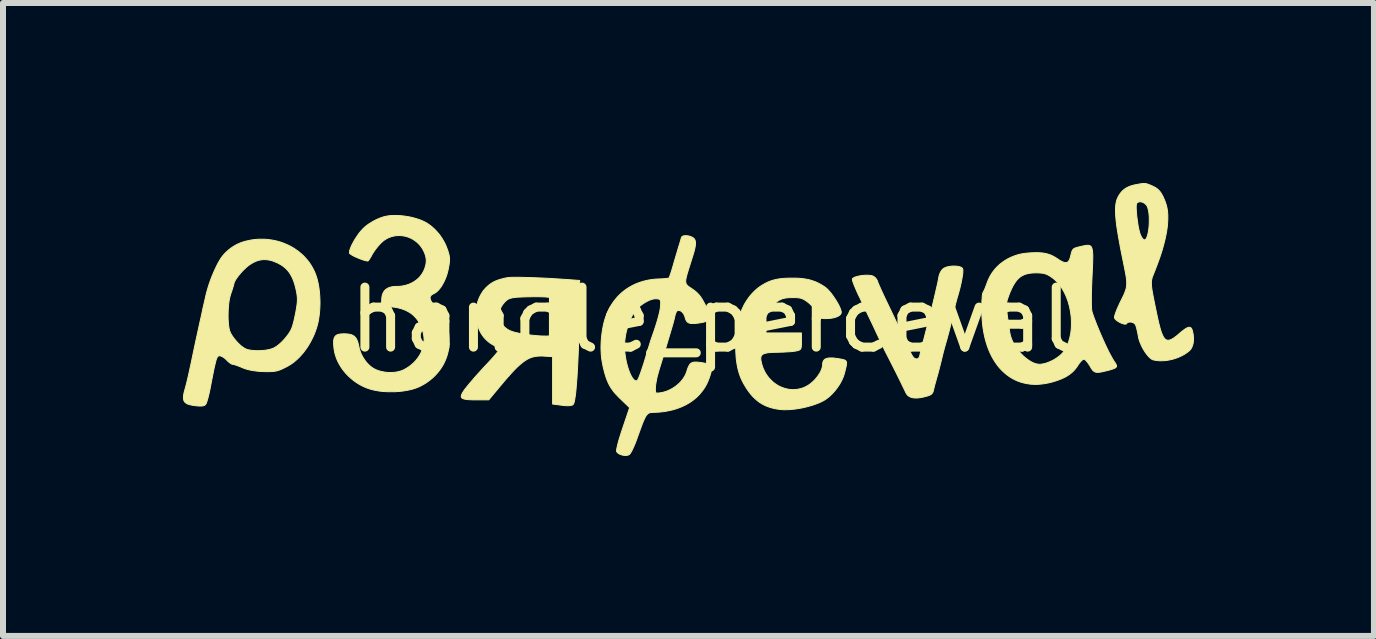
<source format=kicad_pcb>
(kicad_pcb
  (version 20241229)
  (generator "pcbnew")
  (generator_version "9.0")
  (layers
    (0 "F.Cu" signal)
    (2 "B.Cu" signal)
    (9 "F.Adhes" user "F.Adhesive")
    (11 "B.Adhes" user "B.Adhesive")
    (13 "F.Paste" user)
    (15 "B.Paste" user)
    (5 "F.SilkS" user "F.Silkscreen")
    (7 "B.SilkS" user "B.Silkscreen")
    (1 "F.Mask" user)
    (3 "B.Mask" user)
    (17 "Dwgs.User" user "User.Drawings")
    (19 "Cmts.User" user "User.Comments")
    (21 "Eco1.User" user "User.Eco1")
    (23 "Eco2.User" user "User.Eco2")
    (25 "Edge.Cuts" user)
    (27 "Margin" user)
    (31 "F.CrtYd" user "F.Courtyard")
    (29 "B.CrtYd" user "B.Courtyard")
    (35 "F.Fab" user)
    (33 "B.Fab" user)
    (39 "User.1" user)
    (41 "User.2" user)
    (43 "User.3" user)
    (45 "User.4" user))
  (footprint "handle_perceval"
    (layer "F.Cu")
    (at 8.818 2.781)
    (property "Reference" "handle_perceval" (at 0 -0.5 0) (unlocked yes) (layer "F.SilkS") (effects (font (size 1 1) (thickness 0.15))))
    (attr smd)
    (fp_poly (pts (xy 4.064 -1.395) (xy 4.088 -1.393) (xy 4.11 -1.389) (xy 4.13 -1.384) (xy 4.139 -1.381) (xy 4.147 -1.378) (xy 4.154 -1.374) (xy 4.161 -1.37) (xy 4.167 -1.366) (xy 4.172 -1.361) (xy 4.175 -1.356) (xy 4.178 -1.351) (xy 4.181 -1.34) (xy 4.182 -1.326) (xy 4.182 -1.308) (xy 4.181 -1.287) (xy 4.175 -1.236) (xy 4.164 -1.174) (xy 4.15 -1.103) (xy 4.132 -1.026) (xy 4.11 -0.944) (xy 4.085 -0.859) (xy 4.067 -0.793) (xy 4.046 -0.707) (xy 4.024 -0.613) (xy 4.003 -0.521) (xy 3.982 -0.429) (xy 3.959 -0.335) (xy 3.936 -0.249) (xy 3.918 -0.182) (xy 3.899 -0.117) (xy 3.876 -0.035) (xy 3.852 0.055) (xy 3.831 0.142) (xy 3.81 0.228) (xy 3.787 0.318) (xy 3.765 0.402) (xy 3.755 0.437) (xy 3.746 0.467) (xy 3.731 0.523) (xy 3.715 0.579) (xy 3.702 0.631) (xy 3.697 0.652) (xy 3.693 0.67) (xy 3.69 0.681) (xy 3.687 0.692) (xy 3.684 0.701) (xy 3.68 0.71) (xy 3.676 0.718) (xy 3.673 0.722) (xy 3.67 0.725) (xy 3.667 0.729) (xy 3.664 0.732) (xy 3.661 0.736) (xy 3.657 0.739) (xy 3.649 0.745) (xy 3.641 0.75) (xy 3.631 0.755) (xy 3.62 0.76) (xy 3.607 0.764) (xy 3.594 0.769) (xy 3.579 0.773) (xy 3.563 0.777) (xy 3.531 0.786) (xy 3.501 0.792) (xy 3.486 0.795) (xy 3.472 0.797) (xy 3.458 0.799) (xy 3.445 0.801) (xy 3.432 0.802) (xy 3.419 0.803) (xy 3.407 0.803) (xy 3.395 0.803) (xy 3.383 0.803) (xy 3.372 0.802) (xy 3.361 0.801) (xy 3.35 0.799) (xy 3.34 0.797) (xy 3.331 0.795) (xy 3.321 0.792) (xy 3.312 0.789) (xy 3.304 0.785) (xy 3.295 0.781) (xy 3.288 0.777) (xy 3.28 0.772) (xy 3.273 0.767) (xy 3.267 0.762) (xy 3.26 0.756) (xy 3.255 0.75) (xy 3.249 0.743) (xy 3.244 0.736) (xy 3.24 0.729) (xy 3.235 0.721) (xy 3.154 0.553) (xy 3.052 0.347) (xy 2.957 0.16) (xy 2.9 0.049) (xy 2.874 -0.002) (xy 2.835 -0.084) (xy 2.736 -0.295) (xy 2.677 -0.422) (xy 2.606 -0.569) (xy 2.471 -0.854) (xy 2.442 -0.913) (xy 2.416 -0.97) (xy 2.393 -1.023) (xy 2.373 -1.07) (xy 2.365 -1.092) (xy 2.357 -1.111) (xy 2.351 -1.129) (xy 2.346 -1.144) (xy 2.343 -1.157) (xy 2.341 -1.168) (xy 2.34 -1.176) (xy 2.34 -1.179) (xy 2.341 -1.181) (xy 2.343 -1.186) (xy 2.347 -1.19) (xy 2.352 -1.195) (xy 2.358 -1.199) (xy 2.374 -1.208) (xy 2.393 -1.215) (xy 2.416 -1.222) (xy 2.441 -1.228) (xy 2.467 -1.233) (xy 2.495 -1.238) (xy 2.524 -1.241) (xy 2.552 -1.243) (xy 2.58 -1.244) (xy 2.607 -1.243) (xy 2.631 -1.241) (xy 2.654 -1.238) (xy 2.673 -1.233) (xy 2.681 -1.23) (xy 2.688 -1.226) (xy 2.694 -1.223) (xy 2.7 -1.22) (xy 2.705 -1.216) (xy 2.711 -1.211) (xy 2.717 -1.206) (xy 2.723 -1.2) (xy 2.728 -1.195) (xy 2.733 -1.189) (xy 2.738 -1.182) (xy 2.743 -1.176) (xy 2.747 -1.169) (xy 2.751 -1.162) (xy 2.754 -1.156) (xy 2.757 -1.149) (xy 2.759 -1.142) (xy 2.761 -1.136) (xy 2.769 -1.115) (xy 2.783 -1.082) (xy 2.827 -0.983) (xy 2.888 -0.852) (xy 2.959 -0.704) (xy 3.033 -0.549) (xy 3.105 -0.396) (xy 3.21 -0.168) (xy 3.232 -0.119) (xy 3.252 -0.075) (xy 3.27 -0.037) (xy 3.286 -0.003) (xy 3.3 0.027) (xy 3.313 0.052) (xy 3.319 0.063) (xy 3.324 0.074) (xy 3.329 0.083) (xy 3.335 0.092) (xy 3.339 0.1) (xy 3.344 0.107) (xy 3.349 0.113) (xy 3.353 0.119) (xy 3.357 0.124) (xy 3.361 0.129) (xy 3.365 0.133) (xy 3.369 0.136) (xy 3.373 0.139) (xy 3.377 0.142) (xy 3.381 0.144) (xy 3.385 0.146) (xy 3.389 0.148) (xy 3.393 0.149) (xy 3.397 0.15) (xy 3.402 0.151) (xy 3.408 0.152) (xy 3.411 0.152) (xy 3.414 0.152) (xy 3.417 0.152) (xy 3.42 0.151) (xy 3.422 0.151) (xy 3.425 0.15) (xy 3.427 0.149) (xy 3.43 0.148) (xy 3.432 0.147) (xy 3.434 0.146) (xy 3.437 0.144) (xy 3.439 0.143) (xy 3.441 0.141) (xy 3.443 0.139) (xy 3.445 0.137) (xy 3.447 0.134) (xy 3.448 0.132) (xy 3.45 0.129) (xy 3.454 0.123) (xy 3.457 0.116) (xy 3.46 0.108) (xy 3.462 0.1) (xy 3.465 0.091) (xy 3.467 0.08) (xy 3.485 0.004) (xy 3.51 -0.095) (xy 3.58 -0.366) (xy 3.607 -0.469) (xy 3.638 -0.589) (xy 3.701 -0.849) (xy 3.755 -1.081) (xy 3.773 -1.166) (xy 3.783 -1.221) (xy 3.785 -1.23) (xy 3.787 -1.24) (xy 3.79 -1.25) (xy 3.794 -1.26) (xy 3.797 -1.269) (xy 3.802 -1.279) (xy 3.806 -1.288) (xy 3.811 -1.298) (xy 3.816 -1.306) (xy 3.822 -1.315) (xy 3.827 -1.323) (xy 3.833 -1.33) (xy 3.839 -1.337) (xy 3.845 -1.343) (xy 3.85 -1.349) (xy 3.856 -1.353) (xy 3.864 -1.359) (xy 3.873 -1.364) (xy 3.883 -1.368) (xy 3.893 -1.373) (xy 3.903 -1.377) (xy 3.914 -1.38) (xy 3.938 -1.386) (xy 3.963 -1.391) (xy 3.988 -1.394) (xy 4.014 -1.396) (xy 4.039 -1.396)) (stroke (width 0.016) (type solid)) (fill yes) (layer "F.SilkS"))
    (fp_poly (pts (xy -2.981 -1.203) (xy -2.712 -1.191) (xy -2.432 -1.173) (xy -2.206 -1.156) (xy -2.214 -0.521) (xy -2.22 -0.237) (xy -2.228 0.026) (xy -2.239 0.264) (xy -2.251 0.471) (xy -2.265 0.644) (xy -2.272 0.716) (xy -2.28 0.777) (xy -2.288 0.828) (xy -2.296 0.868) (xy -2.305 0.895) (xy -2.309 0.904) (xy -2.313 0.91) (xy -2.318 0.914) (xy -2.323 0.918) (xy -2.33 0.921) (xy -2.337 0.924) (xy -2.346 0.926) (xy -2.355 0.928) (xy -2.366 0.93) (xy -2.377 0.931) (xy -2.389 0.932) (xy -2.402 0.932) (xy -2.417 0.932) (xy -2.432 0.931) (xy -2.448 0.93) (xy -2.465 0.929) (xy -2.483 0.927) (xy -2.502 0.924) (xy -2.657 0.904) (xy -2.657 0.114) (xy -2.784 0.106) (xy -2.832 0.103) (xy -2.878 0.104) (xy -2.921 0.107) (xy -2.962 0.114) (xy -3.002 0.124) (xy -3.021 0.131) (xy -3.041 0.139) (xy -3.081 0.159) (xy -3.121 0.184) (xy -3.162 0.214) (xy -3.206 0.251) (xy -3.252 0.293) (xy -3.3 0.342) (xy -3.353 0.399) (xy -3.409 0.462) (xy -3.471 0.534) (xy -3.538 0.614) (xy -3.721 0.834) (xy -3.922 0.834) (xy -3.971 0.834) (xy -4.014 0.833) (xy -4.052 0.831) (xy -4.069 0.83) (xy -4.085 0.828) (xy -4.099 0.826) (xy -4.112 0.824) (xy -4.124 0.822) (xy -4.135 0.819) (xy -4.144 0.816) (xy -4.152 0.813) (xy -4.159 0.809) (xy -4.166 0.805) (xy -4.17 0.8) (xy -4.174 0.795) (xy -4.177 0.79) (xy -4.179 0.784) (xy -4.18 0.778) (xy -4.179 0.771) (xy -4.178 0.763) (xy -4.176 0.755) (xy -4.173 0.747) (xy -4.169 0.738) (xy -4.164 0.728) (xy -4.159 0.718) (xy -4.152 0.707) (xy -4.145 0.695) (xy -4.128 0.67) (xy -4.107 0.642) (xy -4.078 0.606) (xy -4.042 0.562) (xy -4 0.513) (xy -3.954 0.459) (xy -3.904 0.403) (xy -3.8 0.289) (xy -3.749 0.235) (xy -3.701 0.183) (xy -3.658 0.136) (xy -3.62 0.093) (xy -3.59 0.056) (xy -3.577 0.04) (xy -3.566 0.027) (xy -3.558 0.015) (xy -3.552 0.006) (xy -3.548 -0.000298) (xy -3.547 -0.003) (xy -3.546 -0.004) (xy -3.547 -0.005) (xy -3.547 -0.007) (xy -3.549 -0.01) (xy -3.551 -0.013) (xy -3.555 -0.017) (xy -3.559 -0.021) (xy -3.565 -0.026) (xy -3.571 -0.031) (xy -3.577 -0.036) (xy -3.593 -0.048) (xy -3.611 -0.059) (xy -3.63 -0.071) (xy -3.651 -0.083) (xy -3.686 -0.104) (xy -3.718 -0.127) (xy -3.748 -0.152) (xy -3.776 -0.179) (xy -3.802 -0.208) (xy -3.825 -0.239) (xy -3.847 -0.272) (xy -3.865 -0.306) (xy -3.882 -0.341) (xy -3.896 -0.377) (xy -3.908 -0.414) (xy -3.918 -0.452) (xy -3.925 -0.491) (xy -3.93 -0.53) (xy -3.933 -0.57) (xy -3.933 -0.581) (xy -3.546 -0.581) (xy -3.545 -0.564) (xy -3.544 -0.548) (xy -3.541 -0.532) (xy -3.537 -0.516) (xy -3.533 -0.5) (xy -3.527 -0.485) (xy -3.521 -0.469) (xy -3.513 -0.454) (xy -3.505 -0.44) (xy -3.496 -0.426) (xy -3.486 -0.412) (xy -3.475 -0.399) (xy -3.463 -0.386) (xy -3.451 -0.374) (xy -3.437 -0.362) (xy -3.423 -0.352) (xy -3.408 -0.341) (xy -3.392 -0.332) (xy -3.375 -0.323) (xy -3.357 -0.315) (xy -3.325 -0.303) (xy -3.285 -0.291) (xy -3.239 -0.281) (xy -3.189 -0.27) (xy -3.135 -0.261) (xy -3.079 -0.253) (xy -3.022 -0.246) (xy -2.964 -0.24) (xy -2.908 -0.235) (xy -2.855 -0.231) (xy -2.805 -0.23) (xy -2.76 -0.229) (xy -2.721 -0.231) (xy -2.689 -0.234) (xy -2.665 -0.24) (xy -2.657 -0.243) (xy -2.652 -0.247) (xy -2.648 -0.252) (xy -2.644 -0.259) (xy -2.64 -0.269) (xy -2.636 -0.281) (xy -2.628 -0.311) (xy -2.62 -0.348) (xy -2.613 -0.391) (xy -2.606 -0.439) (xy -2.6 -0.491) (xy -2.595 -0.546) (xy -2.592 -0.588) (xy -2.59 -0.626) (xy -2.588 -0.659) (xy -2.587 -0.689) (xy -2.587 -0.702) (xy -2.587 -0.714) (xy -2.587 -0.726) (xy -2.587 -0.737) (xy -2.587 -0.747) (xy -2.587 -0.757) (xy -2.588 -0.765) (xy -2.589 -0.773) (xy -2.59 -0.781) (xy -2.591 -0.788) (xy -2.593 -0.794) (xy -2.594 -0.8) (xy -2.596 -0.806) (xy -2.598 -0.811) (xy -2.6 -0.816) (xy -2.602 -0.82) (xy -2.605 -0.824) (xy -2.608 -0.828) (xy -2.611 -0.832) (xy -2.614 -0.835) (xy -2.618 -0.839) (xy -2.621 -0.842) (xy -2.625 -0.845) (xy -2.629 -0.848) (xy -2.637 -0.853) (xy -2.646 -0.858) (xy -2.657 -0.862) (xy -2.67 -0.866) (xy -2.685 -0.87) (xy -2.701 -0.873) (xy -2.719 -0.876) (xy -2.74 -0.878) (xy -2.786 -0.882) (xy -2.842 -0.884) (xy -2.906 -0.885) (xy -2.979 -0.885) (xy -3.047 -0.884) (xy -3.107 -0.883) (xy -3.16 -0.881) (xy -3.206 -0.879) (xy -3.227 -0.878) (xy -3.247 -0.877) (xy -3.265 -0.875) (xy -3.282 -0.873) (xy -3.298 -0.872) (xy -3.312 -0.869) (xy -3.326 -0.867) (xy -3.339 -0.864) (xy -3.35 -0.861) (xy -3.361 -0.858) (xy -3.372 -0.855) (xy -3.381 -0.851) (xy -3.391 -0.847) (xy -3.399 -0.842) (xy -3.407 -0.837) (xy -3.415 -0.832) (xy -3.423 -0.826) (xy -3.43 -0.82) (xy -3.438 -0.813) (xy -3.445 -0.806) (xy -3.453 -0.798) (xy -3.46 -0.79) (xy -3.476 -0.772) (xy -3.487 -0.757) (xy -3.498 -0.742) (xy -3.507 -0.727) (xy -3.516 -0.711) (xy -3.523 -0.695) (xy -3.53 -0.679) (xy -3.535 -0.663) (xy -3.539 -0.647) (xy -3.542 -0.63) (xy -3.545 -0.614) (xy -3.546 -0.597) (xy -3.546 -0.581) (xy -3.933 -0.581) (xy -3.934 -0.609) (xy -3.932 -0.649) (xy -3.928 -0.688) (xy -3.922 -0.727) (xy -3.914 -0.766) (xy -3.903 -0.804) (xy -3.89 -0.841) (xy -3.875 -0.877) (xy -3.857 -0.912) (xy -3.837 -0.946) (xy -3.816 -0.979) (xy -3.791 -1.009) (xy -3.765 -1.038) (xy -3.736 -1.065) (xy -3.705 -1.09) (xy -3.672 -1.113) (xy -3.637 -1.133) (xy -3.624 -1.14) (xy -3.61 -1.146) (xy -3.595 -1.152) (xy -3.579 -1.158) (xy -3.546 -1.17) (xy -3.51 -1.18) (xy -3.474 -1.19) (xy -3.456 -1.194) (xy -3.438 -1.197) (xy -3.421 -1.201) (xy -3.404 -1.203) (xy -3.387 -1.205) (xy -3.371 -1.207) (xy -3.301 -1.209) (xy -3.21 -1.209)) (stroke (width 0.016) (type solid)) (fill yes) (layer "F.SilkS"))
    (fp_poly (pts (xy 7.212 -2.773) (xy 7.218 -2.772) (xy 7.224 -2.771) (xy 7.236 -2.77) (xy 7.248 -2.767) (xy 7.26 -2.763) (xy 7.273 -2.758) (xy 7.288 -2.753) (xy 7.322 -2.739) (xy 7.344 -2.729) (xy 7.365 -2.719) (xy 7.384 -2.709) (xy 7.402 -2.698) (xy 7.419 -2.686) (xy 7.434 -2.673) (xy 7.449 -2.659) (xy 7.463 -2.643) (xy 7.476 -2.627) (xy 7.488 -2.608) (xy 7.5 -2.588) (xy 7.512 -2.566) (xy 7.524 -2.542) (xy 7.535 -2.516) (xy 7.547 -2.488) (xy 7.559 -2.457) (xy 7.574 -2.409) (xy 7.586 -2.358) (xy 7.594 -2.303) (xy 7.598 -2.245) (xy 7.598 -2.183) (xy 7.595 -2.118) (xy 7.589 -2.05) (xy 7.579 -1.978) (xy 7.565 -1.904) (xy 7.548 -1.825) (xy 7.527 -1.744) (xy 7.503 -1.659) (xy 7.475 -1.571) (xy 7.443 -1.48) (xy 7.408 -1.386) (xy 7.37 -1.288) (xy 7.348 -1.234) (xy 7.339 -1.211) (xy 7.333 -1.187) (xy 7.328 -1.164) (xy 7.325 -1.139) (xy 7.324 -1.112) (xy 7.325 -1.082) (xy 7.328 -1.047) (xy 7.333 -1.006) (xy 7.351 -0.905) (xy 7.378 -0.769) (xy 7.415 -0.591) (xy 7.433 -0.508) (xy 7.45 -0.434) (xy 7.467 -0.37) (xy 7.475 -0.341) (xy 7.483 -0.315) (xy 7.491 -0.291) (xy 7.5 -0.268) (xy 7.508 -0.249) (xy 7.517 -0.231) (xy 7.525 -0.215) (xy 7.534 -0.201) (xy 7.543 -0.19) (xy 7.553 -0.18) (xy 7.563 -0.172) (xy 7.573 -0.166) (xy 7.584 -0.162) (xy 7.595 -0.16) (xy 7.607 -0.16) (xy 7.619 -0.161) (xy 7.632 -0.164) (xy 7.646 -0.169) (xy 7.66 -0.175) (xy 7.675 -0.184) (xy 7.691 -0.193) (xy 7.707 -0.204) (xy 7.724 -0.217) (xy 7.743 -0.231) (xy 7.782 -0.264) (xy 7.809 -0.287) (xy 7.834 -0.308) (xy 7.846 -0.317) (xy 7.857 -0.326) (xy 7.868 -0.334) (xy 7.878 -0.341) (xy 7.888 -0.348) (xy 7.897 -0.353) (xy 7.905 -0.359) (xy 7.914 -0.363) (xy 7.922 -0.367) (xy 7.929 -0.37) (xy 7.936 -0.373) (xy 7.943 -0.374) (xy 7.949 -0.376) (xy 7.955 -0.376) (xy 7.96 -0.376) (xy 7.965 -0.375) (xy 7.97 -0.374) (xy 7.975 -0.372) (xy 7.979 -0.369) (xy 7.983 -0.366) (xy 7.987 -0.362) (xy 7.991 -0.358) (xy 7.994 -0.352) (xy 7.997 -0.347) (xy 8 -0.34) (xy 8.003 -0.333) (xy 8.005 -0.326) (xy 8.008 -0.318) (xy 8.014 -0.292) (xy 8.019 -0.266) (xy 8.023 -0.241) (xy 8.025 -0.217) (xy 8.026 -0.193) (xy 8.026 -0.17) (xy 8.025 -0.147) (xy 8.022 -0.125) (xy 8.019 -0.104) (xy 8.014 -0.085) (xy 8.008 -0.066) (xy 8.001 -0.048) (xy 7.993 -0.032) (xy 7.989 -0.024) (xy 7.984 -0.016) (xy 7.979 -0.009) (xy 7.974 -0.003) (xy 7.968 0.004) (xy 7.963 0.01) (xy 7.934 0.034) (xy 7.902 0.057) (xy 7.868 0.079) (xy 7.832 0.098) (xy 7.794 0.116) (xy 7.755 0.132) (xy 7.715 0.146) (xy 7.674 0.158) (xy 7.633 0.167) (xy 7.591 0.175) (xy 7.55 0.18) (xy 7.509 0.182) (xy 7.468 0.183) (xy 7.429 0.18) (xy 7.392 0.175) (xy 7.356 0.168) (xy 7.347 0.165) (xy 7.338 0.161) (xy 7.329 0.156) (xy 7.32 0.15) (xy 7.301 0.134) (xy 7.282 0.116) (xy 7.262 0.094) (xy 7.243 0.07) (xy 7.223 0.043) (xy 7.205 0.015) (xy 7.187 -0.015) (xy 7.17 -0.047) (xy 7.155 -0.078) (xy 7.141 -0.111) (xy 7.128 -0.143) (xy 7.118 -0.175) (xy 7.11 -0.206) (xy 7.105 -0.236) (xy 7.1 -0.263) (xy 7.095 -0.29) (xy 7.089 -0.316) (xy 7.083 -0.342) (xy 7.077 -0.365) (xy 7.071 -0.386) (xy 7.068 -0.395) (xy 7.065 -0.403) (xy 7.062 -0.41) (xy 7.06 -0.416) (xy 7.057 -0.421) (xy 7.054 -0.425) (xy 7.051 -0.43) (xy 7.047 -0.434) (xy 7.043 -0.437) (xy 7.039 -0.441) (xy 7.034 -0.444) (xy 7.029 -0.447) (xy 7.024 -0.45) (xy 7.019 -0.453) (xy 7.014 -0.455) (xy 7.008 -0.457) (xy 7.003 -0.459) (xy 6.997 -0.46) (xy 6.992 -0.461) (xy 6.986 -0.462) (xy 6.98 -0.463) (xy 6.974 -0.463) (xy 6.969 -0.463) (xy 6.963 -0.463) (xy 6.957 -0.463) (xy 6.952 -0.462) (xy 6.947 -0.461) (xy 6.942 -0.459) (xy 6.937 -0.457) (xy 6.932 -0.455) (xy 6.928 -0.453) (xy 6.923 -0.45) (xy 6.92 -0.447) (xy 6.916 -0.444) (xy 6.913 -0.44) (xy 6.91 -0.436) (xy 6.907 -0.433) (xy 6.904 -0.431) (xy 6.9 -0.429) (xy 6.896 -0.428) (xy 6.89 -0.428) (xy 6.885 -0.428) (xy 6.879 -0.428) (xy 6.872 -0.429) (xy 6.857 -0.433) (xy 6.842 -0.437) (xy 6.825 -0.444) (xy 6.809 -0.451) (xy 6.792 -0.46) (xy 6.776 -0.469) (xy 6.76 -0.479) (xy 6.746 -0.49) (xy 6.733 -0.5) (xy 6.728 -0.506) (xy 6.723 -0.511) (xy 6.719 -0.516) (xy 6.715 -0.522) (xy 6.712 -0.527) (xy 6.71 -0.532) (xy 6.709 -0.537) (xy 6.709 -0.545) (xy 6.71 -0.555) (xy 6.713 -0.566) (xy 6.716 -0.579) (xy 6.721 -0.594) (xy 6.733 -0.629) (xy 6.748 -0.668) (xy 6.767 -0.711) (xy 6.788 -0.758) (xy 6.811 -0.806) (xy 6.853 -0.891) (xy 6.87 -0.927) (xy 6.883 -0.96) (xy 6.894 -0.991) (xy 6.903 -1.02) (xy 6.909 -1.05) (xy 6.912 -1.079) (xy 6.913 -1.11) (xy 6.912 -1.144) (xy 6.909 -1.181) (xy 6.903 -1.223) (xy 6.895 -1.27) (xy 6.885 -1.323) (xy 6.859 -1.452) (xy 6.832 -1.585) (xy 6.808 -1.706) (xy 6.788 -1.817) (xy 6.77 -1.918) (xy 6.755 -2.009) (xy 6.743 -2.092) (xy 6.735 -2.167) (xy 6.729 -2.234) (xy 6.726 -2.294) (xy 6.726 -2.347) (xy 6.727 -2.372) (xy 6.728 -2.389) (xy 7.071 -2.389) (xy 7.071 -2.361) (xy 7.075 -2.294) (xy 7.082 -2.217) (xy 7.093 -2.136) (xy 7.105 -2.057) (xy 7.12 -1.987) (xy 7.128 -1.957) (xy 7.136 -1.932) (xy 7.14 -1.922) (xy 7.144 -1.912) (xy 7.148 -1.903) (xy 7.152 -1.894) (xy 7.157 -1.885) (xy 7.162 -1.877) (xy 7.166 -1.869) (xy 7.171 -1.862) (xy 7.176 -1.856) (xy 7.179 -1.853) (xy 7.181 -1.85) (xy 7.184 -1.848) (xy 7.186 -1.845) (xy 7.188 -1.843) (xy 7.191 -1.841) (xy 7.193 -1.839) (xy 7.196 -1.838) (xy 7.198 -1.836) (xy 7.2 -1.835) (xy 7.203 -1.834) (xy 7.205 -1.834) (xy 7.207 -1.833) (xy 7.209 -1.833) (xy 7.217 -1.834) (xy 7.224 -1.838) (xy 7.231 -1.845) (xy 7.237 -1.853) (xy 7.244 -1.864) (xy 7.249 -1.877) (xy 7.26 -1.908) (xy 7.269 -1.944) (xy 7.277 -1.986) (xy 7.283 -2.031) (xy 7.287 -2.079) (xy 7.289 -2.128) (xy 7.289 -2.178) (xy 7.288 -2.226) (xy 7.284 -2.271) (xy 7.278 -2.313) (xy 7.269 -2.351) (xy 7.259 -2.382) (xy 7.253 -2.395) (xy 7.246 -2.406) (xy 7.241 -2.412) (xy 7.237 -2.418) (xy 7.232 -2.423) (xy 7.227 -2.428) (xy 7.222 -2.433) (xy 7.216 -2.437) (xy 7.211 -2.442) (xy 7.205 -2.445) (xy 7.199 -2.449) (xy 7.193 -2.452) (xy 7.187 -2.455) (xy 7.181 -2.458) (xy 7.175 -2.46) (xy 7.169 -2.462) (xy 7.163 -2.464) (xy 7.157 -2.465) (xy 7.151 -2.466) (xy 7.145 -2.467) (xy 7.139 -2.467) (xy 7.134 -2.467) (xy 7.128 -2.467) (xy 7.123 -2.466) (xy 7.117 -2.465) (xy 7.112 -2.464) (xy 7.107 -2.462) (xy 7.102 -2.46) (xy 7.098 -2.458) (xy 7.093 -2.455) (xy 7.089 -2.452) (xy 7.086 -2.448) (xy 7.082 -2.444) (xy 7.079 -2.44) (xy 7.075 -2.429) (xy 7.073 -2.412) (xy 7.071 -2.389) (xy 6.728 -2.389) (xy 6.729 -2.395) (xy 6.731 -2.417) (xy 6.734 -2.438) (xy 6.738 -2.458) (xy 6.742 -2.477) (xy 6.747 -2.495) (xy 6.753 -2.512) (xy 6.76 -2.528) (xy 6.767 -2.543) (xy 6.775 -2.558) (xy 6.783 -2.573) (xy 6.795 -2.591) (xy 6.807 -2.608) (xy 6.82 -2.625) (xy 6.833 -2.64) (xy 6.847 -2.654) (xy 6.862 -2.667) (xy 6.877 -2.679) (xy 6.893 -2.69) (xy 6.911 -2.701) (xy 6.929 -2.71) (xy 6.948 -2.719) (xy 6.969 -2.727) (xy 6.991 -2.735) (xy 7.014 -2.741) (xy 7.039 -2.748) (xy 7.065 -2.753) (xy 7.115 -2.762) (xy 7.136 -2.766) (xy 7.154 -2.769) (xy 7.171 -2.771) (xy 7.185 -2.772) (xy 7.199 -2.773)) (stroke (width 0.016) (type solid)) (fill yes) (layer "F.SilkS"))
    (fp_poly (pts (xy 6.282 -1.741) (xy 6.292 -1.739) (xy 6.301 -1.735) (xy 6.309 -1.73) (xy 6.316 -1.724) (xy 6.322 -1.716) (xy 6.327 -1.706) (xy 6.332 -1.695) (xy 6.339 -1.667) (xy 6.344 -1.631) (xy 6.347 -1.586) (xy 6.347 -1.531) (xy 6.346 -1.466) (xy 6.343 -1.39) (xy 6.334 -1.201) (xy 6.33 -1.101) (xy 6.326 -1.004) (xy 6.324 -0.914) (xy 6.324 -0.832) (xy 6.324 -0.761) (xy 6.326 -0.703) (xy 6.328 -0.68) (xy 6.33 -0.661) (xy 6.332 -0.646) (xy 6.334 -0.636) (xy 6.349 -0.59) (xy 6.367 -0.539) (xy 6.41 -0.426) (xy 6.46 -0.304) (xy 6.514 -0.18) (xy 6.568 -0.062) (xy 6.62 0.045) (xy 6.667 0.132) (xy 6.687 0.166) (xy 6.704 0.193) (xy 6.716 0.21) (xy 6.726 0.225) (xy 6.733 0.239) (xy 6.739 0.251) (xy 6.741 0.257) (xy 6.742 0.262) (xy 6.743 0.267) (xy 6.743 0.272) (xy 6.743 0.276) (xy 6.742 0.28) (xy 6.74 0.285) (xy 6.737 0.288) (xy 6.734 0.292) (xy 6.73 0.296) (xy 6.726 0.299) (xy 6.72 0.303) (xy 6.714 0.306) (xy 6.707 0.31) (xy 6.691 0.316) (xy 6.671 0.323) (xy 6.648 0.33) (xy 6.621 0.338) (xy 6.591 0.346) (xy 6.555 0.354) (xy 6.524 0.362) (xy 6.496 0.368) (xy 6.483 0.37) (xy 6.471 0.372) (xy 6.459 0.374) (xy 6.448 0.375) (xy 6.438 0.376) (xy 6.429 0.376) (xy 6.42 0.376) (xy 6.411 0.375) (xy 6.403 0.374) (xy 6.396 0.372) (xy 6.389 0.37) (xy 6.382 0.367) (xy 6.375 0.364) (xy 6.369 0.36) (xy 6.363 0.356) (xy 6.357 0.351) (xy 6.352 0.346) (xy 6.346 0.34) (xy 6.341 0.333) (xy 6.335 0.326) (xy 6.33 0.318) (xy 6.324 0.31) (xy 6.313 0.291) (xy 6.3 0.269) (xy 6.293 0.258) (xy 6.286 0.247) (xy 6.279 0.236) (xy 6.272 0.226) (xy 6.264 0.216) (xy 6.257 0.206) (xy 6.25 0.198) (xy 6.243 0.19) (xy 6.236 0.182) (xy 6.23 0.176) (xy 6.224 0.17) (xy 6.218 0.165) (xy 6.215 0.163) (xy 6.212 0.162) (xy 6.21 0.16) (xy 6.207 0.159) (xy 6.205 0.158) (xy 6.203 0.157) (xy 6.201 0.157) (xy 6.199 0.157) (xy 6.197 0.157) (xy 6.195 0.157) (xy 6.19 0.159) (xy 6.185 0.161) (xy 6.179 0.165) (xy 6.173 0.17) (xy 6.167 0.175) (xy 6.16 0.181) (xy 6.153 0.188) (xy 6.146 0.196) (xy 6.138 0.205) (xy 6.131 0.214) (xy 6.123 0.223) (xy 6.116 0.233) (xy 6.109 0.244) (xy 6.101 0.255) (xy 6.094 0.267) (xy 6.078 0.29) (xy 6.061 0.313) (xy 6.043 0.334) (xy 6.024 0.355) (xy 6.004 0.374) (xy 5.982 0.392) (xy 5.959 0.41) (xy 5.935 0.426) (xy 5.909 0.442) (xy 5.882 0.457) (xy 5.853 0.471) (xy 5.822 0.485) (xy 5.789 0.498) (xy 5.753 0.511) (xy 5.716 0.523) (xy 5.677 0.535) (xy 5.613 0.551) (xy 5.55 0.563) (xy 5.489 0.571) (xy 5.429 0.576) (xy 5.37 0.576) (xy 5.313 0.573) (xy 5.257 0.565) (xy 5.203 0.554) (xy 5.15 0.54) (xy 5.099 0.522) (xy 5.05 0.5) (xy 5.002 0.475) (xy 4.956 0.446) (xy 4.912 0.414) (xy 4.87 0.379) (xy 4.83 0.341) (xy 4.791 0.299) (xy 4.755 0.254) (xy 4.721 0.206) (xy 4.689 0.155) (xy 4.66 0.102) (xy 4.632 0.045) (xy 4.607 -0.015) (xy 4.585 -0.077) (xy 4.565 -0.142) (xy 4.547 -0.21) (xy 4.532 -0.281) (xy 4.519 -0.354) (xy 4.51 -0.429) (xy 4.503 -0.507) (xy 4.498 -0.588) (xy 4.497 -0.67) (xy 4.497 -0.72) (xy 4.909 -0.72) (xy 4.91 -0.689) (xy 4.913 -0.652) (xy 4.924 -0.561) (xy 4.941 -0.44) (xy 4.965 -0.281) (xy 4.97 -0.258) (xy 4.975 -0.235) (xy 4.982 -0.213) (xy 4.99 -0.19) (xy 4.999 -0.167) (xy 5.009 -0.144) (xy 5.02 -0.121) (xy 5.032 -0.098) (xy 5.059 -0.053) (xy 5.089 -0.01) (xy 5.122 0.031) (xy 5.157 0.07) (xy 5.193 0.106) (xy 5.232 0.139) (xy 5.271 0.168) (xy 5.29 0.181) (xy 5.31 0.193) (xy 5.33 0.204) (xy 5.349 0.214) (xy 5.369 0.222) (xy 5.388 0.229) (xy 5.407 0.234) (xy 5.426 0.238) (xy 5.444 0.24) (xy 5.462 0.241) (xy 5.475 0.241) (xy 5.488 0.239) (xy 5.516 0.235) (xy 5.544 0.229) (xy 5.573 0.221) (xy 5.602 0.21) (xy 5.632 0.198) (xy 5.661 0.185) (xy 5.69 0.17) (xy 5.718 0.154) (xy 5.745 0.136) (xy 5.771 0.118) (xy 5.796 0.099) (xy 5.818 0.079) (xy 5.838 0.059) (xy 5.856 0.039) (xy 5.864 0.029) (xy 5.871 0.018) (xy 5.892 -0.014) (xy 5.91 -0.049) (xy 5.926 -0.085) (xy 5.941 -0.122) (xy 5.953 -0.16) (xy 5.964 -0.2) (xy 5.973 -0.241) (xy 5.981 -0.283) (xy 5.986 -0.325) (xy 5.99 -0.368) (xy 5.992 -0.455) (xy 5.988 -0.543) (xy 5.977 -0.631) (xy 5.96 -0.718) (xy 5.937 -0.802) (xy 5.907 -0.883) (xy 5.89 -0.922) (xy 5.872 -0.959) (xy 5.852 -0.995) (xy 5.831 -1.03) (xy 5.809 -1.063) (xy 5.785 -1.094) (xy 5.76 -1.123) (xy 5.733 -1.15) (xy 5.706 -1.175) (xy 5.677 -1.198) (xy 5.659 -1.211) (xy 5.643 -1.222) (xy 5.627 -1.232) (xy 5.612 -1.241) (xy 5.597 -1.249) (xy 5.582 -1.256) (xy 5.567 -1.262) (xy 5.552 -1.267) (xy 5.537 -1.271) (xy 5.521 -1.275) (xy 5.505 -1.277) (xy 5.487 -1.279) (xy 5.468 -1.281) (xy 5.448 -1.282) (xy 5.426 -1.283) (xy 5.403 -1.283) (xy 5.359 -1.282) (xy 5.318 -1.279) (xy 5.28 -1.273) (xy 5.262 -1.269) (xy 5.245 -1.265) (xy 5.228 -1.26) (xy 5.212 -1.255) (xy 5.197 -1.248) (xy 5.182 -1.241) (xy 5.167 -1.233) (xy 5.153 -1.225) (xy 5.139 -1.215) (xy 5.126 -1.205) (xy 5.114 -1.194) (xy 5.101 -1.182) (xy 5.089 -1.17) (xy 5.077 -1.156) (xy 5.066 -1.141) (xy 5.055 -1.126) (xy 5.033 -1.092) (xy 5.012 -1.055) (xy 4.992 -1.013) (xy 4.971 -0.967) (xy 4.951 -0.916) (xy 4.932 -0.863) (xy 4.924 -0.84) (xy 4.918 -0.818) (xy 4.914 -0.796) (xy 4.91 -0.773) (xy 4.909 -0.748) (xy 4.909 -0.72) (xy 4.497 -0.72) (xy 4.497 -0.724) (xy 4.498 -0.775) (xy 4.5 -0.822) (xy 4.503 -0.863) (xy 4.505 -0.898) (xy 4.507 -0.913) (xy 4.509 -0.926) (xy 4.511 -0.936) (xy 4.513 -0.944) (xy 4.515 -0.95) (xy 4.516 -0.951) (xy 4.517 -0.953) (xy 4.521 -0.96) (xy 4.527 -0.972) (xy 4.535 -0.989) (xy 4.545 -1.009) (xy 4.555 -1.033) (xy 4.565 -1.06) (xy 4.576 -1.089) (xy 4.587 -1.119) (xy 4.607 -1.17) (xy 4.631 -1.219) (xy 4.658 -1.265) (xy 4.689 -1.31) (xy 4.723 -1.352) (xy 4.76 -1.391) (xy 4.8 -1.428) (xy 4.843 -1.461) (xy 4.889 -1.492) (xy 4.937 -1.52) (xy 4.987 -1.544) (xy 5.039 -1.565) (xy 5.093 -1.583) (xy 5.149 -1.597) (xy 5.206 -1.607) (xy 5.265 -1.613) (xy 5.308 -1.616) (xy 5.348 -1.618) (xy 5.387 -1.619) (xy 5.423 -1.62) (xy 5.457 -1.618) (xy 5.489 -1.616) (xy 5.519 -1.613) (xy 5.549 -1.608) (xy 5.576 -1.602) (xy 5.603 -1.595) (xy 5.629 -1.586) (xy 5.654 -1.576) (xy 5.678 -1.565) (xy 5.702 -1.552) (xy 5.726 -1.538) (xy 5.75 -1.523) (xy 5.777 -1.504) (xy 5.802 -1.489) (xy 5.814 -1.482) (xy 5.825 -1.476) (xy 5.836 -1.471) (xy 5.846 -1.466) (xy 5.855 -1.462) (xy 5.864 -1.459) (xy 5.873 -1.457) (xy 5.881 -1.455) (xy 5.889 -1.454) (xy 5.896 -1.453) (xy 5.903 -1.454) (xy 5.91 -1.455) (xy 5.916 -1.457) (xy 5.922 -1.459) (xy 5.928 -1.463) (xy 5.933 -1.467) (xy 5.939 -1.471) (xy 5.943 -1.477) (xy 5.948 -1.483) (xy 5.952 -1.49) (xy 5.957 -1.498) (xy 5.961 -1.506) (xy 5.964 -1.516) (xy 5.968 -1.526) (xy 5.972 -1.536) (xy 5.975 -1.548) (xy 5.981 -1.573) (xy 5.986 -1.593) (xy 5.99 -1.611) (xy 5.995 -1.627) (xy 5.999 -1.64) (xy 6.004 -1.652) (xy 6.007 -1.657) (xy 6.01 -1.662) (xy 6.013 -1.667) (xy 6.016 -1.671) (xy 6.02 -1.675) (xy 6.023 -1.679) (xy 6.028 -1.682) (xy 6.032 -1.686) (xy 6.037 -1.689) (xy 6.042 -1.692) (xy 6.048 -1.695) (xy 6.054 -1.697) (xy 6.068 -1.702) (xy 6.084 -1.707) (xy 6.103 -1.712) (xy 6.148 -1.723) (xy 6.219 -1.738) (xy 6.247 -1.742) (xy 6.271 -1.742)) (stroke (width 0.016) (type solid)) (fill yes) (layer "F.SilkS"))
    (fp_poly (pts (xy -7.454 -1.843) (xy -7.408 -1.84) (xy -7.363 -1.834) (xy -7.318 -1.827) (xy -7.273 -1.818) (xy -7.229 -1.807) (xy -7.186 -1.794) (xy -7.144 -1.779) (xy -7.103 -1.762) (xy -7.062 -1.744) (xy -7.023 -1.724) (xy -6.984 -1.702) (xy -6.947 -1.678) (xy -6.911 -1.653) (xy -6.877 -1.627) (xy -6.843 -1.598) (xy -6.811 -1.569) (xy -6.781 -1.537) (xy -6.752 -1.505) (xy -6.725 -1.471) (xy -6.699 -1.435) (xy -6.676 -1.398) (xy -6.654 -1.36) (xy -6.634 -1.32) (xy -6.616 -1.28) (xy -6.6 -1.238) (xy -6.584 -1.188) (xy -6.571 -1.135) (xy -6.559 -1.079) (xy -6.55 -1.02) (xy -6.543 -0.96) (xy -6.538 -0.899) (xy -6.535 -0.837) (xy -6.534 -0.774) (xy -6.536 -0.711) (xy -6.54 -0.649) (xy -6.546 -0.588) (xy -6.554 -0.529) (xy -6.564 -0.471) (xy -6.577 -0.416) (xy -6.592 -0.364) (xy -6.609 -0.315) (xy -6.628 -0.264) (xy -6.65 -0.215) (xy -6.674 -0.167) (xy -6.699 -0.12) (xy -6.725 -0.075) (xy -6.753 -0.032) (xy -6.783 0.009) (xy -6.813 0.049) (xy -6.845 0.086) (xy -6.878 0.122) (xy -6.912 0.155) (xy -6.947 0.186) (xy -6.982 0.214) (xy -7.019 0.24) (xy -7.056 0.263) (xy -7.094 0.284) (xy -7.145 0.309) (xy -7.167 0.32) (xy -7.188 0.329) (xy -7.209 0.337) (xy -7.229 0.344) (xy -7.248 0.349) (xy -7.268 0.354) (xy -7.289 0.357) (xy -7.31 0.36) (xy -7.333 0.362) (xy -7.357 0.363) (xy -7.384 0.364) (xy -7.413 0.364) (xy -7.481 0.363) (xy -7.508 0.361) (xy -7.534 0.36) (xy -7.56 0.358) (xy -7.585 0.355) (xy -7.609 0.352) (xy -7.633 0.349) (xy -7.655 0.346) (xy -7.677 0.342) (xy -7.699 0.337) (xy -7.719 0.333) (xy -7.739 0.328) (xy -7.758 0.322) (xy -7.777 0.317) (xy -7.795 0.311) (xy -7.811 0.304) (xy -7.828 0.298) (xy -7.854 0.286) (xy -7.88 0.276) (xy -7.905 0.266) (xy -7.929 0.258) (xy -7.95 0.251) (xy -7.959 0.248) (xy -7.967 0.246) (xy -7.975 0.244) (xy -7.982 0.242) (xy -7.987 0.242) (xy -7.991 0.241) (xy -7.995 0.241) (xy -7.999 0.24) (xy -8.004 0.238) (xy -8.009 0.236) (xy -8.014 0.233) (xy -8.02 0.229) (xy -8.027 0.225) (xy -8.033 0.221) (xy -8.04 0.216) (xy -8.047 0.21) (xy -8.054 0.205) (xy -8.062 0.198) (xy -8.069 0.192) (xy -8.076 0.185) (xy -8.083 0.178) (xy -8.09 0.171) (xy -8.097 0.163) (xy -8.105 0.156) (xy -8.112 0.149) (xy -8.12 0.143) (xy -8.128 0.137) (xy -8.135 0.131) (xy -8.143 0.126) (xy -8.151 0.121) (xy -8.159 0.116) (xy -8.167 0.112) (xy -8.174 0.109) (xy -8.181 0.106) (xy -8.188 0.103) (xy -8.194 0.102) (xy -8.2 0.1) (xy -8.203 0.1) (xy -8.206 0.1) (xy -8.215 0.1) (xy -8.223 0.102) (xy -8.231 0.105) (xy -8.238 0.111) (xy -8.245 0.121) (xy -8.252 0.134) (xy -8.259 0.151) (xy -8.267 0.174) (xy -8.283 0.238) (xy -8.304 0.33) (xy -8.329 0.456) (xy -8.361 0.622) (xy -8.371 0.674) (xy -8.382 0.723) (xy -8.393 0.77) (xy -8.404 0.812) (xy -8.41 0.831) (xy -8.415 0.849) (xy -8.42 0.865) (xy -8.425 0.879) (xy -8.43 0.891) (xy -8.435 0.9) (xy -8.439 0.908) (xy -8.441 0.911) (xy -8.443 0.913) (xy -8.448 0.917) (xy -8.453 0.922) (xy -8.459 0.925) (xy -8.466 0.928) (xy -8.473 0.931) (xy -8.482 0.933) (xy -8.491 0.935) (xy -8.502 0.936) (xy -8.513 0.937) (xy -8.525 0.937) (xy -8.539 0.937) (xy -8.553 0.937) (xy -8.569 0.936) (xy -8.586 0.934) (xy -8.624 0.93) (xy -8.657 0.925) (xy -8.687 0.919) (xy -8.713 0.912) (xy -8.725 0.909) (xy -8.736 0.905) (xy -8.747 0.9) (xy -8.756 0.895) (xy -8.765 0.89) (xy -8.772 0.885) (xy -8.779 0.879) (xy -8.786 0.873) (xy -8.791 0.866) (xy -8.796 0.859) (xy -8.8 0.851) (xy -8.804 0.842) (xy -8.806 0.834) (xy -8.808 0.824) (xy -8.81 0.814) (xy -8.81 0.803) (xy -8.81 0.792) (xy -8.81 0.78) (xy -8.809 0.767) (xy -8.807 0.754) (xy -8.802 0.724) (xy -8.794 0.692) (xy -8.784 0.656) (xy -8.757 0.556) (xy -8.727 0.428) (xy -8.682 0.222) (xy -8.612 -0.112) (xy -8.566 -0.321) (xy -8.544 -0.423) (xy -8.525 -0.507) (xy -8.508 -0.583) (xy -8.066 -0.583) (xy -8.066 -0.535) (xy -8.064 -0.489) (xy -8.061 -0.445) (xy -8.057 -0.403) (xy -8.051 -0.366) (xy -8.044 -0.332) (xy -8.035 -0.304) (xy -8.025 -0.281) (xy -8.013 -0.259) (xy -8 -0.237) (xy -7.985 -0.216) (xy -7.97 -0.194) (xy -7.953 -0.174) (xy -7.936 -0.153) (xy -7.919 -0.134) (xy -7.901 -0.115) (xy -7.883 -0.097) (xy -7.865 -0.08) (xy -7.847 -0.064) (xy -7.828 -0.05) (xy -7.811 -0.038) (xy -7.793 -0.027) (xy -7.776 -0.017) (xy -7.76 -0.01) (xy -7.739 -0.004) (xy -7.716 0.002) (xy -7.691 0.006) (xy -7.663 0.01) (xy -7.634 0.012) (xy -7.604 0.014) (xy -7.572 0.014) (xy -7.541 0.014) (xy -7.509 0.012) (xy -7.478 0.01) (xy -7.448 0.007) (xy -7.418 0.002) (xy -7.39 -0.003) (xy -7.364 -0.009) (xy -7.341 -0.016) (xy -7.32 -0.024) (xy -7.299 -0.033) (xy -7.277 -0.046) (xy -7.255 -0.06) (xy -7.232 -0.077) (xy -7.209 -0.096) (xy -7.186 -0.117) (xy -7.163 -0.139) (xy -7.141 -0.163) (xy -7.119 -0.187) (xy -7.098 -0.212) (xy -7.078 -0.238) (xy -7.059 -0.263) (xy -7.042 -0.289) (xy -7.027 -0.314) (xy -7.014 -0.339) (xy -7.004 -0.363) (xy -6.996 -0.384) (xy -6.987 -0.412) (xy -6.978 -0.446) (xy -6.968 -0.483) (xy -6.959 -0.524) (xy -6.95 -0.566) (xy -6.941 -0.609) (xy -6.933 -0.651) (xy -6.923 -0.711) (xy -6.919 -0.738) (xy -6.916 -0.763) (xy -6.913 -0.786) (xy -6.912 -0.809) (xy -6.911 -0.831) (xy -6.911 -0.852) (xy -6.912 -0.873) (xy -6.914 -0.895) (xy -6.917 -0.917) (xy -6.92 -0.941) (xy -6.925 -0.965) (xy -6.93 -0.992) (xy -6.944 -1.051) (xy -6.955 -1.091) (xy -6.967 -1.129) (xy -6.98 -1.165) (xy -6.994 -1.198) (xy -7.01 -1.229) (xy -7.026 -1.258) (xy -7.044 -1.286) (xy -7.063 -1.311) (xy -7.073 -1.324) (xy -7.084 -1.335) (xy -7.095 -1.347) (xy -7.106 -1.358) (xy -7.13 -1.378) (xy -7.156 -1.398) (xy -7.183 -1.416) (xy -7.213 -1.433) (xy -7.244 -1.449) (xy -7.277 -1.463) (xy -7.314 -1.478) (xy -7.332 -1.484) (xy -7.35 -1.489) (xy -7.368 -1.493) (xy -7.386 -1.497) (xy -7.404 -1.5) (xy -7.421 -1.502) (xy -7.439 -1.503) (xy -7.456 -1.504) (xy -7.473 -1.504) (xy -7.49 -1.503) (xy -7.507 -1.501) (xy -7.524 -1.498) (xy -7.541 -1.495) (xy -7.558 -1.491) (xy -7.575 -1.486) (xy -7.592 -1.48) (xy -7.608 -1.473) (xy -7.625 -1.466) (xy -7.641 -1.458) (xy -7.658 -1.449) (xy -7.691 -1.429) (xy -7.724 -1.406) (xy -7.757 -1.379) (xy -7.789 -1.349) (xy -7.822 -1.317) (xy -7.835 -1.303) (xy -7.848 -1.288) (xy -7.861 -1.274) (xy -7.873 -1.259) (xy -7.885 -1.245) (xy -7.896 -1.231) (xy -7.907 -1.216) (xy -7.917 -1.202) (xy -7.927 -1.189) (xy -7.935 -1.176) (xy -7.943 -1.163) (xy -7.95 -1.152) (xy -7.956 -1.141) (xy -7.96 -1.131) (xy -7.964 -1.121) (xy -7.966 -1.113) (xy -7.97 -1.097) (xy -7.975 -1.077) (xy -7.982 -1.054) (xy -7.989 -1.03) (xy -7.997 -1.005) (xy -8.005 -0.979) (xy -8.014 -0.954) (xy -8.022 -0.93) (xy -8.032 -0.897) (xy -8.041 -0.859) (xy -8.049 -0.818) (xy -8.055 -0.774) (xy -8.059 -0.728) (xy -8.063 -0.68) (xy -8.065 -0.632) (xy -8.066 -0.583) (xy -8.508 -0.583) (xy -8.486 -0.689) (xy -8.462 -0.792) (xy -8.44 -0.888) (xy -8.43 -0.933) (xy -8.417 -0.98) (xy -8.403 -1.029) (xy -8.388 -1.078) (xy -8.371 -1.127) (xy -8.353 -1.177) (xy -8.334 -1.226) (xy -8.314 -1.274) (xy -8.294 -1.32) (xy -8.273 -1.365) (xy -8.253 -1.407) (xy -8.232 -1.447) (xy -8.211 -1.484) (xy -8.191 -1.517) (xy -8.171 -1.546) (xy -8.152 -1.571) (xy -8.133 -1.592) (xy -8.114 -1.613) (xy -8.094 -1.632) (xy -8.073 -1.651) (xy -8.052 -1.67) (xy -8.03 -1.687) (xy -8.007 -1.703) (xy -7.984 -1.719) (xy -7.961 -1.733) (xy -7.937 -1.747) (xy -7.912 -1.76) (xy -7.887 -1.771) (xy -7.862 -1.782) (xy -7.836 -1.792) (xy -7.809 -1.8) (xy -7.783 -1.808) (xy -7.735 -1.819) (xy -7.688 -1.829) (xy -7.641 -1.836) (xy -7.594 -1.841) (xy -7.547 -1.844) (xy -7.5 -1.844)) (stroke (width 0.016) (type solid)) (fill yes) (layer "F.SilkS"))
    (fp_poly (pts (xy 1.374 -1.195) (xy 1.417 -1.194) (xy 1.459 -1.192) (xy 1.5 -1.188) (xy 1.538 -1.183) (xy 1.575 -1.177) (xy 1.611 -1.17) (xy 1.645 -1.161) (xy 1.678 -1.15) (xy 1.711 -1.139) (xy 1.743 -1.126) (xy 1.774 -1.111) (xy 1.804 -1.095) (xy 1.835 -1.077) (xy 1.865 -1.058) (xy 1.895 -1.037) (xy 1.914 -1.021) (xy 1.934 -1.002) (xy 1.954 -0.979) (xy 1.976 -0.954) (xy 1.998 -0.926) (xy 2.019 -0.897) (xy 2.04 -0.867) (xy 2.061 -0.835) (xy 2.08 -0.804) (xy 2.098 -0.773) (xy 2.114 -0.744) (xy 2.127 -0.715) (xy 2.139 -0.688) (xy 2.147 -0.664) (xy 2.153 -0.643) (xy 2.154 -0.634) (xy 2.154 -0.625) (xy 2.154 -0.62) (xy 2.153 -0.614) (xy 2.152 -0.609) (xy 2.15 -0.604) (xy 2.147 -0.599) (xy 2.144 -0.594) (xy 2.135 -0.584) (xy 2.125 -0.575) (xy 2.113 -0.566) (xy 2.098 -0.558) (xy 2.082 -0.551) (xy 2.064 -0.544) (xy 2.045 -0.538) (xy 2.024 -0.533) (xy 2.001 -0.529) (xy 1.977 -0.525) (xy 1.952 -0.523) (xy 1.925 -0.521) (xy 1.898 -0.521) (xy 1.88 -0.521) (xy 1.864 -0.521) (xy 1.85 -0.522) (xy 1.838 -0.524) (xy 1.832 -0.525) (xy 1.827 -0.526) (xy 1.821 -0.527) (xy 1.817 -0.529) (xy 1.812 -0.531) (xy 1.808 -0.532) (xy 1.804 -0.535) (xy 1.8 -0.537) (xy 1.796 -0.54) (xy 1.792 -0.543) (xy 1.789 -0.546) (xy 1.785 -0.549) (xy 1.782 -0.553) (xy 1.779 -0.557) (xy 1.776 -0.561) (xy 1.773 -0.566) (xy 1.767 -0.576) (xy 1.761 -0.588) (xy 1.755 -0.602) (xy 1.748 -0.617) (xy 1.743 -0.627) (xy 1.738 -0.637) (xy 1.731 -0.648) (xy 1.724 -0.659) (xy 1.716 -0.671) (xy 1.707 -0.683) (xy 1.698 -0.694) (xy 1.688 -0.706) (xy 1.678 -0.718) (xy 1.668 -0.73) (xy 1.657 -0.741) (xy 1.646 -0.752) (xy 1.635 -0.763) (xy 1.624 -0.773) (xy 1.612 -0.783) (xy 1.601 -0.792) (xy 1.585 -0.804) (xy 1.57 -0.815) (xy 1.556 -0.824) (xy 1.542 -0.833) (xy 1.528 -0.841) (xy 1.515 -0.847) (xy 1.501 -0.853) (xy 1.486 -0.858) (xy 1.471 -0.862) (xy 1.456 -0.865) (xy 1.439 -0.867) (xy 1.421 -0.869) (xy 1.402 -0.87) (xy 1.381 -0.871) (xy 1.358 -0.871) (xy 1.333 -0.871) (xy 1.309 -0.87) (xy 1.287 -0.869) (xy 1.266 -0.868) (xy 1.247 -0.866) (xy 1.229 -0.864) (xy 1.213 -0.861) (xy 1.197 -0.857) (xy 1.182 -0.853) (xy 1.167 -0.849) (xy 1.153 -0.843) (xy 1.139 -0.837) (xy 1.125 -0.83) (xy 1.111 -0.822) (xy 1.097 -0.813) (xy 1.083 -0.803) (xy 1.068 -0.792) (xy 1.043 -0.771) (xy 1.02 -0.75) (xy 0.997 -0.727) (xy 0.975 -0.704) (xy 0.954 -0.679) (xy 0.935 -0.654) (xy 0.917 -0.628) (xy 0.9 -0.602) (xy 0.884 -0.575) (xy 0.87 -0.549) (xy 0.858 -0.522) (xy 0.847 -0.495) (xy 0.838 -0.468) (xy 0.831 -0.442) (xy 0.826 -0.416) (xy 0.822 -0.391) (xy 0.814 -0.281) (xy 1.491 -0.281) (xy 1.491 -0.14) (xy 1.491 -0.116) (xy 1.491 -0.096) (xy 1.49 -0.077) (xy 1.489 -0.062) (xy 1.488 -0.054) (xy 1.488 -0.048) (xy 1.487 -0.042) (xy 1.485 -0.036) (xy 1.484 -0.031) (xy 1.482 -0.026) (xy 1.481 -0.021) (xy 1.479 -0.017) (xy 1.476 -0.014) (xy 1.474 -0.01) (xy 1.471 -0.007) (xy 1.468 -0.004) (xy 1.465 -0.002) (xy 1.461 0.001) (xy 1.457 0.003) (xy 1.453 0.005) (xy 1.449 0.007) (xy 1.444 0.009) (xy 1.439 0.01) (xy 1.433 0.012) (xy 1.421 0.015) (xy 1.407 0.018) (xy 1.385 0.022) (xy 1.356 0.026) (xy 1.321 0.03) (xy 1.281 0.033) (xy 1.237 0.035) (xy 1.191 0.038) (xy 1.096 0.041) (xy 1.05 0.042) (xy 1.009 0.043) (xy 0.973 0.045) (xy 0.957 0.047) (xy 0.941 0.048) (xy 0.927 0.05) (xy 0.913 0.053) (xy 0.901 0.055) (xy 0.889 0.058) (xy 0.878 0.061) (xy 0.869 0.064) (xy 0.86 0.068) (xy 0.852 0.072) (xy 0.845 0.076) (xy 0.839 0.081) (xy 0.833 0.086) (xy 0.828 0.092) (xy 0.824 0.098) (xy 0.821 0.104) (xy 0.818 0.111) (xy 0.816 0.119) (xy 0.815 0.126) (xy 0.814 0.135) (xy 0.813 0.144) (xy 0.814 0.153) (xy 0.814 0.163) (xy 0.816 0.173) (xy 0.817 0.184) (xy 0.82 0.196) (xy 0.829 0.236) (xy 0.84 0.274) (xy 0.854 0.31) (xy 0.87 0.345) (xy 0.887 0.379) (xy 0.906 0.41) (xy 0.927 0.44) (xy 0.95 0.469) (xy 0.974 0.495) (xy 0.999 0.52) (xy 1.025 0.543) (xy 1.053 0.564) (xy 1.082 0.584) (xy 1.111 0.601) (xy 1.142 0.616) (xy 1.173 0.629) (xy 1.205 0.64) (xy 1.237 0.649) (xy 1.27 0.656) (xy 1.303 0.661) (xy 1.336 0.663) (xy 1.369 0.663) (xy 1.402 0.661) (xy 1.436 0.656) (xy 1.468 0.649) (xy 1.501 0.64) (xy 1.533 0.628) (xy 1.565 0.613) (xy 1.595 0.596) (xy 1.626 0.577) (xy 1.655 0.554) (xy 1.683 0.529) (xy 1.701 0.512) (xy 1.718 0.494) (xy 1.734 0.476) (xy 1.749 0.458) (xy 1.763 0.439) (xy 1.776 0.42) (xy 1.788 0.401) (xy 1.8 0.383) (xy 1.81 0.364) (xy 1.818 0.346) (xy 1.826 0.328) (xy 1.832 0.31) (xy 1.837 0.293) (xy 1.841 0.277) (xy 1.843 0.262) (xy 1.844 0.247) (xy 1.845 0.229) (xy 1.847 0.212) (xy 1.849 0.205) (xy 1.852 0.197) (xy 1.855 0.191) (xy 1.858 0.184) (xy 1.862 0.178) (xy 1.866 0.173) (xy 1.871 0.167) (xy 1.876 0.163) (xy 1.881 0.158) (xy 1.888 0.154) (xy 1.894 0.151) (xy 1.902 0.147) (xy 1.909 0.145) (xy 1.918 0.142) (xy 1.936 0.138) (xy 1.956 0.136) (xy 1.979 0.135) (xy 2.003 0.135) (xy 2.031 0.137) (xy 2.06 0.141) (xy 2.092 0.145) (xy 2.15 0.155) (xy 2.173 0.159) (xy 2.192 0.164) (xy 2.201 0.167) (xy 2.208 0.169) (xy 2.215 0.173) (xy 2.221 0.176) (xy 2.226 0.18) (xy 2.231 0.184) (xy 2.234 0.189) (xy 2.237 0.194) (xy 2.24 0.199) (xy 2.242 0.205) (xy 2.243 0.212) (xy 2.243 0.22) (xy 2.243 0.228) (xy 2.242 0.237) (xy 2.24 0.258) (xy 2.235 0.282) (xy 2.228 0.31) (xy 2.211 0.38) (xy 2.202 0.41) (xy 2.192 0.442) (xy 2.179 0.473) (xy 2.165 0.504) (xy 2.149 0.536) (xy 2.132 0.566) (xy 2.112 0.597) (xy 2.092 0.627) (xy 2.07 0.656) (xy 2.048 0.684) (xy 2.024 0.711) (xy 1.999 0.737) (xy 1.974 0.762) (xy 1.948 0.785) (xy 1.922 0.806) (xy 1.895 0.825) (xy 1.862 0.846) (xy 1.825 0.865) (xy 1.784 0.884) (xy 1.739 0.901) (xy 1.692 0.918) (xy 1.643 0.933) (xy 1.592 0.947) (xy 1.54 0.96) (xy 1.488 0.971) (xy 1.435 0.98) (xy 1.382 0.988) (xy 1.33 0.993) (xy 1.28 0.997) (xy 1.231 0.998) (xy 1.185 0.998) (xy 1.141 0.995) (xy 1.09 0.988) (xy 1.04 0.979) (xy 0.993 0.967) (xy 0.948 0.953) (xy 0.905 0.937) (xy 0.864 0.918) (xy 0.844 0.907) (xy 0.825 0.896) (xy 0.806 0.884) (xy 0.787 0.872) (xy 0.751 0.844) (xy 0.716 0.813) (xy 0.682 0.78) (xy 0.649 0.743) (xy 0.617 0.702) (xy 0.586 0.659) (xy 0.556 0.611) (xy 0.526 0.56) (xy 0.505 0.52) (xy 0.486 0.479) (xy 0.469 0.437) (xy 0.454 0.392) (xy 0.44 0.347) (xy 0.429 0.299) (xy 0.419 0.25) (xy 0.411 0.198) (xy 0.404 0.145) (xy 0.4 0.089) (xy 0.397 0.031) (xy 0.395 -0.029) (xy 0.396 -0.091) (xy 0.398 -0.157) (xy 0.402 -0.224) (xy 0.408 -0.295) (xy 0.411 -0.333) (xy 0.416 -0.37) (xy 0.422 -0.406) (xy 0.428 -0.442) (xy 0.436 -0.477) (xy 0.444 -0.512) (xy 0.454 -0.546) (xy 0.464 -0.58) (xy 0.475 -0.612) (xy 0.488 -0.645) (xy 0.501 -0.676) (xy 0.515 -0.707) (xy 0.529 -0.737) (xy 0.545 -0.766) (xy 0.561 -0.794) (xy 0.579 -0.822) (xy 0.597 -0.848) (xy 0.616 -0.874) (xy 0.635 -0.899) (xy 0.656 -0.924) (xy 0.677 -0.947) (xy 0.699 -0.969) (xy 0.721 -0.991) (xy 0.744 -1.011) (xy 0.768 -1.031) (xy 0.793 -1.049) (xy 0.819 -1.067) (xy 0.845 -1.083) (xy 0.871 -1.099) (xy 0.899 -1.113) (xy 0.926 -1.127) (xy 0.955 -1.139) (xy 0.974 -1.146) (xy 0.993 -1.153) (xy 1.012 -1.159) (xy 1.032 -1.164) (xy 1.052 -1.169) (xy 1.073 -1.174) (xy 1.095 -1.178) (xy 1.117 -1.182) (xy 1.14 -1.185) (xy 1.164 -1.188) (xy 1.214 -1.192) (xy 1.269 -1.194) (xy 1.328 -1.195)) (stroke (width 0.016) (type solid)) (fill yes) (layer "F.SilkS"))
    (fp_poly (pts (xy -5.237 -2.239) (xy -5.189 -2.236) (xy -5.14 -2.231) (xy -5.092 -2.224) (xy -5.043 -2.216) (xy -4.995 -2.205) (xy -4.949 -2.193) (xy -4.904 -2.179) (xy -4.861 -2.164) (xy -4.82 -2.147) (xy -4.783 -2.129) (xy -4.749 -2.11) (xy -4.72 -2.09) (xy -4.692 -2.07) (xy -4.665 -2.048) (xy -4.639 -2.025) (xy -4.613 -2) (xy -4.589 -1.974) (xy -4.565 -1.947) (xy -4.543 -1.92) (xy -4.522 -1.891) (xy -4.502 -1.861) (xy -4.483 -1.83) (xy -4.465 -1.798) (xy -4.448 -1.766) (xy -4.433 -1.732) (xy -4.42 -1.698) (xy -4.407 -1.664) (xy -4.394 -1.623) (xy -4.389 -1.605) (xy -4.384 -1.588) (xy -4.381 -1.571) (xy -4.378 -1.554) (xy -4.376 -1.538) (xy -4.375 -1.522) (xy -4.374 -1.505) (xy -4.375 -1.488) (xy -4.376 -1.47) (xy -4.378 -1.451) (xy -4.381 -1.431) (xy -4.384 -1.409) (xy -4.393 -1.359) (xy -4.401 -1.323) (xy -4.41 -1.287) (xy -4.42 -1.252) (xy -4.432 -1.217) (xy -4.445 -1.184) (xy -4.459 -1.152) (xy -4.474 -1.122) (xy -4.49 -1.093) (xy -4.506 -1.065) (xy -4.523 -1.04) (xy -4.541 -1.017) (xy -4.55 -1.006) (xy -4.559 -0.996) (xy -4.568 -0.986) (xy -4.577 -0.977) (xy -4.587 -0.969) (xy -4.596 -0.962) (xy -4.605 -0.955) (xy -4.614 -0.948) (xy -4.624 -0.943) (xy -4.633 -0.938) (xy -4.651 -0.93) (xy -4.658 -0.925) (xy -4.666 -0.921) (xy -4.672 -0.916) (xy -4.678 -0.911) (xy -4.683 -0.906) (xy -4.687 -0.9) (xy -4.691 -0.895) (xy -4.694 -0.889) (xy -4.696 -0.883) (xy -4.698 -0.877) (xy -4.699 -0.87) (xy -4.699 -0.864) (xy -4.698 -0.857) (xy -4.697 -0.849) (xy -4.695 -0.842) (xy -4.692 -0.834) (xy -4.689 -0.825) (xy -4.684 -0.817) (xy -4.68 -0.808) (xy -4.674 -0.798) (xy -4.66 -0.779) (xy -4.644 -0.757) (xy -4.624 -0.734) (xy -4.602 -0.709) (xy -4.577 -0.682) (xy -4.551 -0.654) (xy -4.528 -0.626) (xy -4.506 -0.598) (xy -4.487 -0.57) (xy -4.469 -0.541) (xy -4.454 -0.511) (xy -4.44 -0.481) (xy -4.427 -0.45) (xy -4.417 -0.417) (xy -4.407 -0.383) (xy -4.4 -0.348) (xy -4.394 -0.311) (xy -4.389 -0.271) (xy -4.385 -0.23) (xy -4.383 -0.186) (xy -4.382 -0.14) (xy -4.382 -0.11) (xy -4.383 -0.081) (xy -4.386 -0.051) (xy -4.389 -0.022) (xy -4.394 0.007) (xy -4.4 0.035) (xy -4.407 0.064) (xy -4.415 0.092) (xy -4.424 0.12) (xy -4.434 0.147) (xy -4.445 0.174) (xy -4.457 0.201) (xy -4.47 0.228) (xy -4.484 0.254) (xy -4.499 0.279) (xy -4.515 0.304) (xy -4.532 0.328) (xy -4.55 0.352) (xy -4.569 0.376) (xy -4.589 0.399) (xy -4.609 0.421) (xy -4.63 0.442) (xy -4.652 0.463) (xy -4.675 0.483) (xy -4.699 0.503) (xy -4.723 0.521) (xy -4.748 0.539) (xy -4.774 0.557) (xy -4.801 0.573) (xy -4.828 0.588) (xy -4.856 0.603) (xy -4.884 0.617) (xy -4.924 0.633) (xy -4.967 0.648) (xy -5.014 0.661) (xy -5.063 0.672) (xy -5.114 0.681) (xy -5.166 0.689) (xy -5.22 0.694) (xy -5.275 0.698) (xy -5.331 0.699) (xy -5.386 0.699) (xy -5.441 0.697) (xy -5.495 0.693) (xy -5.548 0.687) (xy -5.599 0.678) (xy -5.648 0.668) (xy -5.694 0.656) (xy -5.753 0.636) (xy -5.81 0.612) (xy -5.866 0.583) (xy -5.919 0.551) (xy -5.969 0.516) (xy -6.017 0.477) (xy -6.062 0.436) (xy -6.104 0.392) (xy -6.143 0.345) (xy -6.178 0.297) (xy -6.209 0.246) (xy -6.237 0.194) (xy -6.26 0.14) (xy -6.278 0.085) (xy -6.286 0.057) (xy -6.292 0.029) (xy -6.297 0.001) (xy -6.301 -0.027) (xy -6.304 -0.062) (xy -6.307 -0.093) (xy -6.307 -0.121) (xy -6.307 -0.134) (xy -6.307 -0.147) (xy -6.306 -0.158) (xy -6.304 -0.169) (xy -6.302 -0.179) (xy -6.3 -0.188) (xy -6.297 -0.197) (xy -6.293 -0.205) (xy -6.289 -0.213) (xy -6.285 -0.22) (xy -6.28 -0.226) (xy -6.275 -0.232) (xy -6.268 -0.237) (xy -6.262 -0.242) (xy -6.255 -0.247) (xy -6.247 -0.25) (xy -6.238 -0.254) (xy -6.229 -0.257) (xy -6.219 -0.259) (xy -6.209 -0.261) (xy -6.198 -0.263) (xy -6.186 -0.264) (xy -6.16 -0.266) (xy -6.132 -0.267) (xy -6.103 -0.266) (xy -6.076 -0.264) (xy -6.052 -0.261) (xy -6.041 -0.259) (xy -6.03 -0.257) (xy -6.019 -0.254) (xy -6.01 -0.251) (xy -6 -0.247) (xy -5.991 -0.243) (xy -5.983 -0.238) (xy -5.975 -0.234) (xy -5.967 -0.228) (xy -5.96 -0.222) (xy -5.953 -0.216) (xy -5.947 -0.209) (xy -5.941 -0.202) (xy -5.935 -0.194) (xy -5.929 -0.186) (xy -5.924 -0.177) (xy -5.919 -0.167) (xy -5.915 -0.157) (xy -5.911 -0.147) (xy -5.906 -0.135) (xy -5.899 -0.111) (xy -5.892 -0.084) (xy -5.886 -0.055) (xy -5.883 -0.04) (xy -5.88 -0.025) (xy -5.871 0.004) (xy -5.861 0.033) (xy -5.85 0.062) (xy -5.836 0.091) (xy -5.822 0.118) (xy -5.805 0.145) (xy -5.788 0.171) (xy -5.769 0.196) (xy -5.75 0.219) (xy -5.729 0.241) (xy -5.708 0.261) (xy -5.686 0.28) (xy -5.664 0.296) (xy -5.653 0.304) (xy -5.641 0.311) (xy -5.63 0.317) (xy -5.618 0.323) (xy -5.591 0.336) (xy -5.562 0.346) (xy -5.532 0.356) (xy -5.501 0.363) (xy -5.47 0.369) (xy -5.437 0.374) (xy -5.405 0.377) (xy -5.372 0.378) (xy -5.34 0.378) (xy -5.308 0.376) (xy -5.276 0.373) (xy -5.246 0.368) (xy -5.216 0.361) (xy -5.188 0.353) (xy -5.161 0.343) (xy -5.135 0.332) (xy -5.09 0.306) (xy -5.047 0.278) (xy -5.007 0.247) (xy -4.971 0.214) (xy -4.937 0.179) (xy -4.908 0.142) (xy -4.881 0.104) (xy -4.858 0.064) (xy -4.839 0.023) (xy -4.83 0.002) (xy -4.823 -0.019) (xy -4.817 -0.041) (xy -4.811 -0.062) (xy -4.807 -0.084) (xy -4.804 -0.106) (xy -4.801 -0.128) (xy -4.8 -0.15) (xy -4.799 -0.172) (xy -4.8 -0.195) (xy -4.802 -0.217) (xy -4.805 -0.239) (xy -4.809 -0.261) (xy -4.814 -0.284) (xy -4.827 -0.332) (xy -4.844 -0.377) (xy -4.862 -0.42) (xy -4.884 -0.459) (xy -4.907 -0.496) (xy -4.92 -0.513) (xy -4.933 -0.529) (xy -4.947 -0.545) (xy -4.962 -0.56) (xy -4.977 -0.575) (xy -4.993 -0.589) (xy -5.01 -0.602) (xy -5.027 -0.614) (xy -5.045 -0.625) (xy -5.063 -0.636) (xy -5.102 -0.656) (xy -5.143 -0.673) (xy -5.187 -0.688) (xy -5.234 -0.7) (xy -5.284 -0.709) (xy -5.336 -0.716) (xy -5.508 -0.732) (xy -5.505 -0.843) (xy -5.503 -0.869) (xy -5.501 -0.882) (xy -5.499 -0.894) (xy -5.497 -0.906) (xy -5.494 -0.917) (xy -5.49 -0.928) (xy -5.486 -0.938) (xy -5.482 -0.948) (xy -5.477 -0.957) (xy -5.472 -0.966) (xy -5.466 -0.975) (xy -5.46 -0.983) (xy -5.453 -0.991) (xy -5.446 -0.998) (xy -5.439 -1.005) (xy -5.431 -1.011) (xy -5.422 -1.017) (xy -5.413 -1.023) (xy -5.404 -1.028) (xy -5.394 -1.033) (xy -5.384 -1.037) (xy -5.373 -1.041) (xy -5.361 -1.044) (xy -5.35 -1.047) (xy -5.337 -1.05) (xy -5.311 -1.054) (xy -5.284 -1.056) (xy -5.254 -1.057) (xy -5.234 -1.057) (xy -5.214 -1.058) (xy -5.194 -1.06) (xy -5.175 -1.062) (xy -5.156 -1.065) (xy -5.137 -1.069) (xy -5.119 -1.073) (xy -5.101 -1.077) (xy -5.083 -1.083) (xy -5.065 -1.089) (xy -5.048 -1.095) (xy -5.031 -1.102) (xy -5.015 -1.11) (xy -4.998 -1.118) (xy -4.983 -1.126) (xy -4.967 -1.136) (xy -4.953 -1.145) (xy -4.938 -1.156) (xy -4.924 -1.166) (xy -4.911 -1.178) (xy -4.898 -1.189) (xy -4.885 -1.201) (xy -4.873 -1.214) (xy -4.862 -1.227) (xy -4.851 -1.241) (xy -4.84 -1.255) (xy -4.831 -1.269) (xy -4.822 -1.284) (xy -4.813 -1.299) (xy -4.805 -1.315) (xy -4.798 -1.331) (xy -4.791 -1.348) (xy -4.783 -1.37) (xy -4.777 -1.392) (xy -4.771 -1.413) (xy -4.767 -1.433) (xy -4.765 -1.454) (xy -4.763 -1.473) (xy -4.763 -1.493) (xy -4.764 -1.513) (xy -4.767 -1.532) (xy -4.771 -1.552) (xy -4.776 -1.572) (xy -4.782 -1.592) (xy -4.79 -1.613) (xy -4.799 -1.634) (xy -4.81 -1.656) (xy -4.822 -1.678) (xy -4.836 -1.701) (xy -4.851 -1.722) (xy -4.868 -1.743) (xy -4.885 -1.762) (xy -4.903 -1.78) (xy -4.922 -1.797) (xy -4.942 -1.813) (xy -4.962 -1.827) (xy -4.983 -1.841) (xy -5.005 -1.853) (xy -5.028 -1.864) (xy -5.05 -1.873) (xy -5.074 -1.882) (xy -5.097 -1.889) (xy -5.121 -1.895) (xy -5.145 -1.899) (xy -5.169 -1.902) (xy -5.194 -1.904) (xy -5.218 -1.905) (xy -5.243 -1.904) (xy -5.267 -1.902) (xy -5.291 -1.899) (xy -5.315 -1.894) (xy -5.339 -1.888) (xy -5.362 -1.88) (xy -5.385 -1.871) (xy -5.408 -1.861) (xy -5.429 -1.849) (xy -5.451 -1.836) (xy -5.471 -1.822) (xy -5.491 -1.805) (xy -5.511 -1.788) (xy -5.521 -1.777) (xy -5.532 -1.766) (xy -5.543 -1.754) (xy -5.554 -1.742) (xy -5.576 -1.716) (xy -5.598 -1.689) (xy -5.618 -1.662) (xy -5.636 -1.635) (xy -5.653 -1.61) (xy -5.66 -1.599) (xy -5.666 -1.588) (xy -5.672 -1.577) (xy -5.677 -1.566) (xy -5.683 -1.556) (xy -5.689 -1.546) (xy -5.694 -1.536) (xy -5.7 -1.528) (xy -5.705 -1.519) (xy -5.71 -1.512) (xy -5.714 -1.505) (xy -5.719 -1.499) (xy -5.723 -1.493) (xy -5.726 -1.489) (xy -5.729 -1.485) (xy -5.731 -1.484) (xy -5.732 -1.483) (xy -5.733 -1.482) (xy -5.735 -1.481) (xy -5.736 -1.48) (xy -5.736 -1.48) (xy -5.75 -1.481) (xy -5.767 -1.485) (xy -5.787 -1.49) (xy -5.809 -1.496) (xy -5.832 -1.504) (xy -5.857 -1.513) (xy -5.883 -1.523) (xy -5.908 -1.534) (xy -5.933 -1.544) (xy -5.956 -1.555) (xy -5.978 -1.566) (xy -5.998 -1.577) (xy -6.014 -1.587) (xy -6.027 -1.596) (xy -6.037 -1.604) (xy -6.04 -1.607) (xy -6.041 -1.61) (xy -6.043 -1.616) (xy -6.043 -1.622) (xy -6.043 -1.63) (xy -6.042 -1.638) (xy -6.038 -1.657) (xy -6.032 -1.679) (xy -6.022 -1.704) (xy -6.011 -1.73) (xy -5.998 -1.758) (xy -5.982 -1.787) (xy -5.966 -1.817) (xy -5.948 -1.847) (xy -5.928 -1.877) (xy -5.908 -1.907) (xy -5.888 -1.936) (xy -5.866 -1.963) (xy -5.845 -1.988) (xy -5.824 -2.011) (xy -5.807 -2.028) (xy -5.789 -2.045) (xy -5.769 -2.061) (xy -5.748 -2.078) (xy -5.726 -2.094) (xy -5.702 -2.109) (xy -5.678 -2.124) (xy -5.654 -2.139) (xy -5.628 -2.153) (xy -5.603 -2.166) (xy -5.577 -2.178) (xy -5.551 -2.189) (xy -5.526 -2.199) (xy -5.5 -2.208) (xy -5.476 -2.216) (xy -5.451 -2.223) (xy -5.413 -2.23) (xy -5.372 -2.236) (xy -5.329 -2.239) (xy -5.284 -2.24)) (stroke (width 0.016) (type solid)) (fill yes) (layer "F.SilkS"))
    (fp_poly (pts (xy -0.429 -1.903) (xy -0.415 -1.902) (xy -0.4 -1.9) (xy -0.385 -1.897) (xy -0.371 -1.893) (xy -0.356 -1.888) (xy -0.341 -1.882) (xy -0.326 -1.875) (xy -0.315 -1.868) (xy -0.305 -1.86) (xy -0.296 -1.851) (xy -0.289 -1.84) (xy -0.283 -1.828) (xy -0.279 -1.815) (xy -0.276 -1.801) (xy -0.275 -1.785) (xy -0.275 -1.768) (xy -0.276 -1.748) (xy -0.279 -1.728) (xy -0.283 -1.705) (xy -0.288 -1.68) (xy -0.295 -1.653) (xy -0.303 -1.624) (xy -0.312 -1.593) (xy -0.397 -1.322) (xy -0.408 -1.287) (xy -0.417 -1.256) (xy -0.424 -1.227) (xy -0.428 -1.215) (xy -0.43 -1.202) (xy -0.433 -1.191) (xy -0.435 -1.18) (xy -0.436 -1.17) (xy -0.437 -1.16) (xy -0.438 -1.151) (xy -0.438 -1.143) (xy -0.438 -1.134) (xy -0.437 -1.127) (xy -0.436 -1.12) (xy -0.434 -1.113) (xy -0.432 -1.106) (xy -0.43 -1.1) (xy -0.427 -1.094) (xy -0.423 -1.089) (xy -0.419 -1.083) (xy -0.415 -1.078) (xy -0.41 -1.073) (xy -0.405 -1.068) (xy -0.399 -1.063) (xy -0.393 -1.058) (xy -0.386 -1.053) (xy -0.379 -1.048) (xy -0.363 -1.037) (xy -0.339 -1.021) (xy -0.317 -1.006) (xy -0.297 -0.991) (xy -0.278 -0.976) (xy -0.26 -0.961) (xy -0.244 -0.946) (xy -0.229 -0.93) (xy -0.214 -0.914) (xy -0.2 -0.897) (xy -0.186 -0.878) (xy -0.173 -0.858) (xy -0.16 -0.837) (xy -0.146 -0.813) (xy -0.133 -0.788) (xy -0.118 -0.76) (xy -0.103 -0.73) (xy -0.086 -0.694) (xy -0.071 -0.661) (xy -0.065 -0.646) (xy -0.059 -0.632) (xy -0.054 -0.618) (xy -0.05 -0.605) (xy -0.047 -0.593) (xy -0.045 -0.581) (xy -0.043 -0.57) (xy -0.042 -0.56) (xy -0.042 -0.55) (xy -0.043 -0.541) (xy -0.044 -0.532) (xy -0.046 -0.524) (xy -0.05 -0.517) (xy -0.054 -0.51) (xy -0.058 -0.503) (xy -0.064 -0.497) (xy -0.07 -0.491) (xy -0.078 -0.486) (xy -0.086 -0.481) (xy -0.095 -0.476) (xy -0.105 -0.472) (xy -0.116 -0.468) (xy -0.127 -0.465) (xy -0.14 -0.461) (xy -0.153 -0.458) (xy -0.168 -0.455) (xy -0.199 -0.45) (xy -0.231 -0.445) (xy -0.26 -0.442) (xy -0.273 -0.44) (xy -0.286 -0.439) (xy -0.298 -0.439) (xy -0.309 -0.438) (xy -0.32 -0.438) (xy -0.331 -0.438) (xy -0.34 -0.439) (xy -0.349 -0.439) (xy -0.358 -0.441) (xy -0.366 -0.442) (xy -0.373 -0.444) (xy -0.381 -0.446) (xy -0.387 -0.449) (xy -0.393 -0.452) (xy -0.399 -0.455) (xy -0.405 -0.459) (xy -0.41 -0.463) (xy -0.415 -0.468) (xy -0.419 -0.473) (xy -0.423 -0.478) (xy -0.427 -0.484) (xy -0.43 -0.491) (xy -0.434 -0.497) (xy -0.437 -0.504) (xy -0.44 -0.512) (xy -0.443 -0.52) (xy -0.445 -0.529) (xy -0.448 -0.538) (xy -0.45 -0.546) (xy -0.452 -0.554) (xy -0.455 -0.561) (xy -0.458 -0.569) (xy -0.461 -0.576) (xy -0.464 -0.583) (xy -0.468 -0.589) (xy -0.472 -0.596) (xy -0.475 -0.602) (xy -0.479 -0.608) (xy -0.483 -0.613) (xy -0.488 -0.618) (xy -0.492 -0.623) (xy -0.497 -0.628) (xy -0.501 -0.632) (xy -0.506 -0.636) (xy -0.511 -0.64) (xy -0.515 -0.643) (xy -0.52 -0.646) (xy -0.525 -0.648) (xy -0.53 -0.651) (xy -0.535 -0.652) (xy -0.54 -0.654) (xy -0.545 -0.655) (xy -0.55 -0.655) (xy -0.555 -0.656) (xy -0.56 -0.655) (xy -0.564 -0.655) (xy -0.569 -0.654) (xy -0.574 -0.652) (xy -0.579 -0.65) (xy -0.583 -0.648) (xy -0.585 -0.646) (xy -0.588 -0.643) (xy -0.59 -0.64) (xy -0.592 -0.636) (xy -0.595 -0.632) (xy -0.597 -0.627) (xy -0.6 -0.621) (xy -0.602 -0.615) (xy -0.605 -0.609) (xy -0.607 -0.602) (xy -0.61 -0.595) (xy -0.612 -0.588) (xy -0.614 -0.581) (xy -0.616 -0.573) (xy -0.618 -0.565) (xy -0.62 -0.557) (xy -0.624 -0.537) (xy -0.63 -0.511) (xy -0.648 -0.444) (xy -0.671 -0.364) (xy -0.696 -0.281) (xy -0.749 -0.103) (xy -0.795 0.052) (xy -0.882 0.334) (xy -0.893 0.372) (xy -0.903 0.409) (xy -0.913 0.445) (xy -0.921 0.48) (xy -0.927 0.514) (xy -0.933 0.546) (xy -0.938 0.576) (xy -0.941 0.604) (xy -0.943 0.629) (xy -0.944 0.652) (xy -0.944 0.672) (xy -0.943 0.681) (xy -0.942 0.689) (xy -0.941 0.696) (xy -0.939 0.703) (xy -0.937 0.708) (xy -0.935 0.713) (xy -0.932 0.716) (xy -0.929 0.719) (xy -0.926 0.72) (xy -0.922 0.721) (xy -0.902 0.721) (xy -0.882 0.719) (xy -0.862 0.717) (xy -0.842 0.713) (xy -0.822 0.709) (xy -0.802 0.704) (xy -0.782 0.698) (xy -0.762 0.692) (xy -0.742 0.684) (xy -0.723 0.676) (xy -0.704 0.667) (xy -0.685 0.657) (xy -0.666 0.647) (xy -0.648 0.636) (xy -0.63 0.624) (xy -0.612 0.612) (xy -0.595 0.599) (xy -0.579 0.586) (xy -0.563 0.572) (xy -0.547 0.558) (xy -0.532 0.543) (xy -0.518 0.528) (xy -0.505 0.512) (xy -0.492 0.496) (xy -0.48 0.48) (xy -0.469 0.463) (xy -0.458 0.446) (xy -0.448 0.428) (xy -0.44 0.411) (xy -0.432 0.393) (xy -0.425 0.375) (xy -0.419 0.357) (xy -0.411 0.33) (xy -0.403 0.307) (xy -0.394 0.286) (xy -0.385 0.268) (xy -0.381 0.26) (xy -0.376 0.252) (xy -0.371 0.245) (xy -0.366 0.239) (xy -0.361 0.233) (xy -0.355 0.228) (xy -0.349 0.223) (xy -0.343 0.219) (xy -0.336 0.216) (xy -0.329 0.213) (xy -0.322 0.21) (xy -0.314 0.208) (xy -0.306 0.206) (xy -0.297 0.205) (xy -0.288 0.204) (xy -0.278 0.204) (xy -0.257 0.204) (xy -0.234 0.206) (xy -0.208 0.209) (xy -0.179 0.213) (xy -0.147 0.218) (xy -0.118 0.223) (xy -0.093 0.229) (xy -0.082 0.232) (xy -0.072 0.235) (xy -0.063 0.238) (xy -0.054 0.242) (xy -0.046 0.246) (xy -0.039 0.25) (xy -0.033 0.254) (xy -0.027 0.258) (xy -0.022 0.263) (xy -0.018 0.269) (xy -0.015 0.275) (xy -0.012 0.281) (xy -0.01 0.287) (xy -0.008 0.295) (xy -0.008 0.302) (xy -0.007 0.311) (xy -0.008 0.319) (xy -0.008 0.329) (xy -0.01 0.339) (xy -0.012 0.35) (xy -0.017 0.374) (xy -0.024 0.4) (xy -0.033 0.43) (xy -0.057 0.499) (xy -0.086 0.565) (xy -0.12 0.627) (xy -0.16 0.684) (xy -0.204 0.738) (xy -0.253 0.788) (xy -0.307 0.834) (xy -0.365 0.875) (xy -0.428 0.912) (xy -0.495 0.945) (xy -0.566 0.973) (xy -0.64 0.997) (xy -0.719 1.015) (xy -0.801 1.03) (xy -0.886 1.039) (xy -0.975 1.043) (xy -0.996 1.044) (xy -1.014 1.045) (xy -1.031 1.048) (xy -1.046 1.053) (xy -1.06 1.06) (xy -1.074 1.071) (xy -1.087 1.085) (xy -1.1 1.102) (xy -1.113 1.125) (xy -1.126 1.152) (xy -1.141 1.185) (xy -1.157 1.224) (xy -1.194 1.323) (xy -1.241 1.452) (xy -1.25 1.479) (xy -1.26 1.506) (xy -1.27 1.532) (xy -1.28 1.558) (xy -1.29 1.582) (xy -1.3 1.606) (xy -1.31 1.628) (xy -1.319 1.648) (xy -1.329 1.668) (xy -1.337 1.685) (xy -1.346 1.701) (xy -1.354 1.714) (xy -1.361 1.726) (xy -1.368 1.735) (xy -1.374 1.741) (xy -1.376 1.744) (xy -1.379 1.745) (xy -1.384 1.749) (xy -1.39 1.752) (xy -1.397 1.754) (xy -1.403 1.756) (xy -1.41 1.758) (xy -1.417 1.759) (xy -1.425 1.76) (xy -1.433 1.761) (xy -1.441 1.761) (xy -1.448 1.761) (xy -1.457 1.76) (xy -1.465 1.76) (xy -1.481 1.757) (xy -1.497 1.754) (xy -1.513 1.749) (xy -1.529 1.743) (xy -1.536 1.74) (xy -1.543 1.737) (xy -1.55 1.733) (xy -1.556 1.729) (xy -1.562 1.725) (xy -1.568 1.721) (xy -1.573 1.716) (xy -1.577 1.712) (xy -1.582 1.707) (xy -1.585 1.702) (xy -1.588 1.697) (xy -1.591 1.692) (xy -1.592 1.686) (xy -1.591 1.677) (xy -1.587 1.649) (xy -1.579 1.61) (xy -1.567 1.561) (xy -1.552 1.505) (xy -1.533 1.443) (xy -1.512 1.377) (xy -1.489 1.308) (xy -1.373 0.964) (xy -1.526 0.817) (xy -1.556 0.788) (xy -1.583 0.759) (xy -1.609 0.732) (xy -1.633 0.704) (xy -1.654 0.676) (xy -1.674 0.648) (xy -1.693 0.619) (xy -1.71 0.589) (xy -1.726 0.558) (xy -1.74 0.526) (xy -1.754 0.492) (xy -1.767 0.455) (xy -1.779 0.417) (xy -1.791 0.375) (xy -1.802 0.331) (xy -1.814 0.284) (xy -1.822 0.242) (xy -1.83 0.2) (xy -1.837 0.158) (xy -1.842 0.116) (xy -1.846 0.074) (xy -1.848 0.032) (xy -1.85 -0.011) (xy -1.85 -0.054) (xy -1.85 -0.061) (xy -1.458 -0.061) (xy -1.457 -0.01) (xy -1.453 0.042) (xy -1.446 0.095) (xy -1.438 0.147) (xy -1.428 0.198) (xy -1.416 0.247) (xy -1.402 0.295) (xy -1.388 0.339) (xy -1.372 0.38) (xy -1.356 0.417) (xy -1.347 0.434) (xy -1.338 0.449) (xy -1.33 0.463) (xy -1.321 0.476) (xy -1.312 0.487) (xy -1.303 0.496) (xy -1.295 0.504) (xy -1.286 0.51) (xy -1.277 0.514) (xy -1.269 0.517) (xy -1.26 0.517) (xy -1.252 0.515) (xy -1.247 0.512) (xy -1.242 0.506) (xy -1.235 0.495) (xy -1.228 0.481) (xy -1.211 0.442) (xy -1.191 0.388) (xy -1.167 0.318) (xy -1.139 0.233) (xy -1.108 0.132) (xy -1.074 0.015) (xy -1.053 -0.052) (xy -1.031 -0.123) (xy -1.01 -0.188) (xy -1 -0.216) (xy -0.992 -0.239) (xy -0.962 -0.325) (xy -0.936 -0.405) (xy -0.913 -0.479) (xy -0.894 -0.547) (xy -0.879 -0.607) (xy -0.872 -0.635) (xy -0.867 -0.661) (xy -0.863 -0.685) (xy -0.86 -0.708) (xy -0.858 -0.728) (xy -0.857 -0.747) (xy -0.856 -0.762) (xy -0.855 -0.776) (xy -0.855 -0.788) (xy -0.856 -0.794) (xy -0.856 -0.799) (xy -0.856 -0.804) (xy -0.857 -0.808) (xy -0.858 -0.813) (xy -0.859 -0.817) (xy -0.86 -0.82) (xy -0.861 -0.824) (xy -0.862 -0.827) (xy -0.864 -0.829) (xy -0.866 -0.832) (xy -0.868 -0.834) (xy -0.87 -0.837) (xy -0.872 -0.839) (xy -0.875 -0.84) (xy -0.878 -0.842) (xy -0.881 -0.843) (xy -0.885 -0.845) (xy -0.888 -0.846) (xy -0.892 -0.847) (xy -0.896 -0.848) (xy -0.901 -0.848) (xy -0.911 -0.85) (xy -0.922 -0.851) (xy -0.931 -0.851) (xy -0.941 -0.851) (xy -0.961 -0.85) (xy -0.982 -0.846) (xy -1.005 -0.84) (xy -1.029 -0.832) (xy -1.053 -0.822) (xy -1.077 -0.81) (xy -1.102 -0.797) (xy -1.126 -0.783) (xy -1.15 -0.767) (xy -1.174 -0.75) (xy -1.197 -0.732) (xy -1.219 -0.713) (xy -1.24 -0.693) (xy -1.26 -0.672) (xy -1.277 -0.651) (xy -1.296 -0.626) (xy -1.314 -0.598) (xy -1.332 -0.567) (xy -1.348 -0.535) (xy -1.364 -0.5) (xy -1.379 -0.463) (xy -1.393 -0.425) (xy -1.406 -0.385) (xy -1.417 -0.345) (xy -1.428 -0.304) (xy -1.437 -0.263) (xy -1.444 -0.221) (xy -1.45 -0.18) (xy -1.454 -0.139) (xy -1.457 -0.099) (xy -1.458 -0.061) (xy -1.85 -0.061) (xy -1.849 -0.097) (xy -1.847 -0.14) (xy -1.844 -0.184) (xy -1.84 -0.228) (xy -1.834 -0.272) (xy -1.828 -0.317) (xy -1.82 -0.362) (xy -1.811 -0.408) (xy -1.801 -0.451) (xy -1.79 -0.493) (xy -1.777 -0.534) (xy -1.763 -0.573) (xy -1.748 -0.612) (xy -1.731 -0.65) (xy -1.713 -0.686) (xy -1.693 -0.722) (xy -1.672 -0.756) (xy -1.65 -0.789) (xy -1.627 -0.821) (xy -1.602 -0.851) (xy -1.577 -0.881) (xy -1.55 -0.909) (xy -1.522 -0.936) (xy -1.493 -0.962) (xy -1.462 -0.986) (xy -1.431 -1.009) (xy -1.398 -1.031) (xy -1.365 -1.051) (xy -1.33 -1.07) (xy -1.295 -1.088) (xy -1.258 -1.104) (xy -1.221 -1.118) (xy -1.183 -1.131) (xy -1.143 -1.143) (xy -1.103 -1.153) (xy -1.062 -1.162) (xy -1.021 -1.169) (xy -0.978 -1.175) (xy -0.935 -1.179) (xy -0.891 -1.181) (xy -0.857 -1.182) (xy -0.826 -1.184) (xy -0.797 -1.186) (xy -0.771 -1.189) (xy -0.75 -1.191) (xy -0.741 -1.192) (xy -0.733 -1.193) (xy -0.726 -1.195) (xy -0.721 -1.196) (xy -0.718 -1.197) (xy -0.716 -1.198) (xy -0.716 -1.198) (xy -0.713 -1.205) (xy -0.708 -1.217) (xy -0.693 -1.258) (xy -0.674 -1.315) (xy -0.654 -1.382) (xy -0.632 -1.459) (xy -0.607 -1.543) (xy -0.563 -1.692) (xy -0.554 -1.722) (xy -0.545 -1.75) (xy -0.529 -1.803) (xy -0.51 -1.87) (xy -0.508 -1.874) (xy -0.507 -1.877) (xy -0.504 -1.881) (xy -0.502 -1.884) (xy -0.499 -1.887) (xy -0.495 -1.889) (xy -0.491 -1.892) (xy -0.487 -1.894) (xy -0.477 -1.898) (xy -0.467 -1.901) (xy -0.455 -1.902) (xy -0.442 -1.903)) (stroke (width 0.016) (type solid)) (fill yes) (layer "F.SilkS")))
  (gr_rect
    (start -3 -3)
    (end 19.852 7.55)
    (stroke (width 0.1) (type default))
    (fill no)
    (layer "Edge.Cuts")))
</source>
